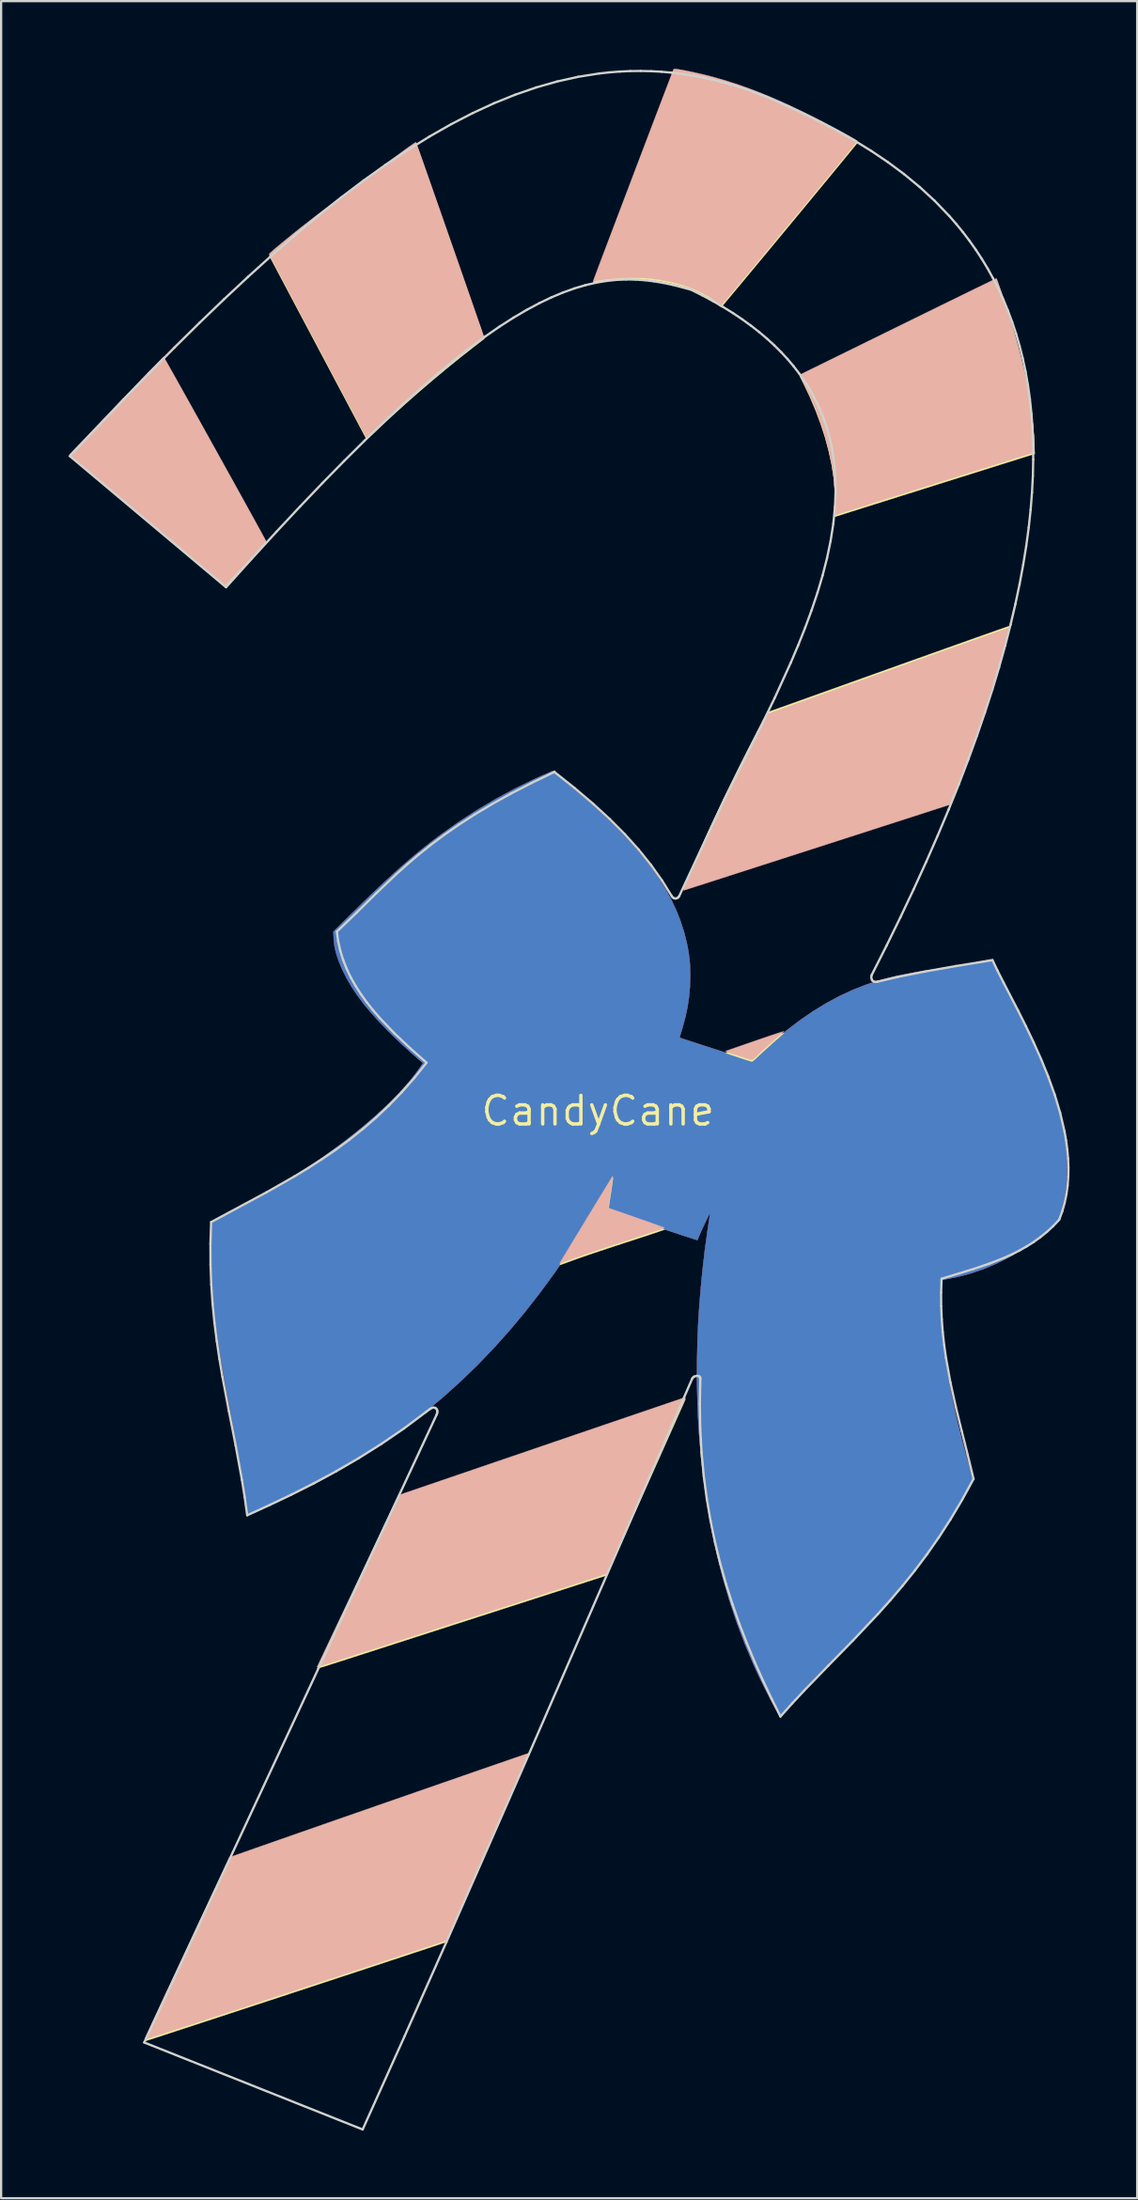
<source format=kicad_pcb>
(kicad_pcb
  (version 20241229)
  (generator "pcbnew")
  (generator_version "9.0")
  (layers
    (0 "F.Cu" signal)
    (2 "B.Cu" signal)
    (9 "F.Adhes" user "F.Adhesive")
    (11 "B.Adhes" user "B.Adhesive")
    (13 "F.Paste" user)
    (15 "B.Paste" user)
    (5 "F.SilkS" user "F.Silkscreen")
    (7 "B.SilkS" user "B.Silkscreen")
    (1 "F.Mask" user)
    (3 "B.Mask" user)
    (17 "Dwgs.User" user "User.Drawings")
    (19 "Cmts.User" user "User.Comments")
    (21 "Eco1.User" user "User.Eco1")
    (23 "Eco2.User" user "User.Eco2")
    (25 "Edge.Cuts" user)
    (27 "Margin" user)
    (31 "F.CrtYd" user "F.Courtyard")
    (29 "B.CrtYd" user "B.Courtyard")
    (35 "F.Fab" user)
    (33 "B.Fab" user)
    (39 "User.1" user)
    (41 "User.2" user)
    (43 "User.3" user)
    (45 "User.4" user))
  (footprint "CandyCane"
    (layer "F.Cu")
    (at 23.468 46.214)
    (property "Reference" "CandyCane" (at 0 0 0) (layer "F.SilkS") (effects (font (size 1.27 1.27) (thickness 0.15))))
    (attr through_hole)
    (fp_poly (pts (xy -1.656 -14.781) (xy -1.346 -14.525) (xy -1.064 -14.288) (xy -0.805 -14.068) (xy -0.562 -13.858) (xy -0.331 -13.654) (xy -0.105 -13.45) (xy 0.12 -13.243) (xy 0.169 -13.198) (xy 0.692 -12.697) (xy 1.174 -12.204) (xy 1.617 -11.719) (xy 2.02 -11.239) (xy 2.386 -10.763) (xy 2.714 -10.291) (xy 3.005 -9.82) (xy 3.261 -9.35) (xy 3.481 -8.88) (xy 3.667 -8.408) (xy 3.82 -7.933) (xy 3.94 -7.454) (xy 3.987 -7.218) (xy 4.025 -6.995) (xy 4.053 -6.789) (xy 4.073 -6.587) (xy 4.086 -6.376) (xy 4.092 -6.145) (xy 4.093 -5.969) (xy 4.08 -5.512) (xy 4.042 -5.066) (xy 3.976 -4.624) (xy 3.882 -4.176) (xy 3.758 -3.712) (xy 3.702 -3.527) (xy 3.672 -3.427) (xy 3.647 -3.342) (xy 3.631 -3.279) (xy 3.626 -3.248) (xy 3.626 -3.246) (xy 3.648 -3.238) (xy 3.706 -3.218) (xy 3.799 -3.187) (xy 3.922 -3.146) (xy 4.074 -3.097) (xy 4.251 -3.039) (xy 4.45 -2.974) (xy 4.668 -2.903) (xy 4.902 -2.827) (xy 5.149 -2.748) (xy 5.24 -2.718) (xy 6.845 -2.2) (xy 6.931 -2.281) (xy 6.977 -2.324) (xy 7.045 -2.389) (xy 7.129 -2.469) (xy 7.22 -2.555) (xy 7.261 -2.594) (xy 7.83 -3.114) (xy 8.4 -3.591) (xy 8.973 -4.028) (xy 9.548 -4.422) (xy 10.126 -4.776) (xy 10.708 -5.088) (xy 11.293 -5.36) (xy 11.84 -5.576) (xy 12.093 -5.664) (xy 12.347 -5.746) (xy 12.607 -5.823) (xy 12.878 -5.894) (xy 13.163 -5.963) (xy 13.468 -6.029) (xy 13.796 -6.093) (xy 14.153 -6.157) (xy 14.542 -6.222) (xy 14.968 -6.288) (xy 15.028 -6.297) (xy 15.391 -6.352) (xy 15.733 -6.406) (xy 16.052 -6.458) (xy 16.345 -6.508) (xy 16.611 -6.554) (xy 16.846 -6.598) (xy 17.047 -6.638) (xy 17.214 -6.673) (xy 17.342 -6.705) (xy 17.402 -6.722) (xy 17.412 -6.717) (xy 17.429 -6.696) (xy 17.454 -6.659) (xy 17.488 -6.601) (xy 17.533 -6.522) (xy 17.588 -6.419) (xy 17.657 -6.29) (xy 17.739 -6.133) (xy 17.836 -5.945) (xy 17.948 -5.726) (xy 18.078 -5.472) (xy 18.178 -5.276) (xy 18.302 -5.031) (xy 18.426 -4.787) (xy 18.547 -4.547) (xy 18.663 -4.317) (xy 18.772 -4.099) (xy 18.873 -3.899) (xy 18.962 -3.72) (xy 19.037 -3.567) (xy 19.098 -3.444) (xy 19.135 -3.365) (xy 19.395 -2.808) (xy 19.63 -2.28) (xy 19.839 -1.779) (xy 20.026 -1.3) (xy 20.19 -0.841) (xy 20.333 -0.398) (xy 20.456 0.033) (xy 20.56 0.453) (xy 20.645 0.868) (xy 20.714 1.28) (xy 20.758 1.604) (xy 20.773 1.773) (xy 20.785 1.972) (xy 20.793 2.193) (xy 20.796 2.425) (xy 20.795 2.66) (xy 20.791 2.888) (xy 20.782 3.099) (xy 20.769 3.285) (xy 20.757 3.397) (xy 20.707 3.737) (xy 20.64 4.083) (xy 20.563 4.418) (xy 20.513 4.602) (xy 20.428 4.897) (xy 20.29 5.021) (xy 19.787 5.45) (xy 19.27 5.842) (xy 18.742 6.195) (xy 18.204 6.508) (xy 17.655 6.782) (xy 17.098 7.016) (xy 16.533 7.209) (xy 15.961 7.361) (xy 15.499 7.453) (xy 15.219 7.501) (xy 15.219 8.137) (xy 15.23 8.792) (xy 15.262 9.455) (xy 15.317 10.129) (xy 15.394 10.816) (xy 15.493 11.518) (xy 15.616 12.239) (xy 15.763 12.982) (xy 15.934 13.748) (xy 16.13 14.54) (xy 16.351 15.362) (xy 16.502 15.893) (xy 16.639 16.366) (xy 16.403 16.792) (xy 15.928 17.621) (xy 15.443 18.412) (xy 14.944 19.171) (xy 14.428 19.9) (xy 13.893 20.605) (xy 13.334 21.291) (xy 12.75 21.96) (xy 12.289 22.458) (xy 12.227 22.522) (xy 12.138 22.613) (xy 12.025 22.728) (xy 11.891 22.864) (xy 11.74 23.017) (xy 11.573 23.185) (xy 11.394 23.364) (xy 11.207 23.552) (xy 11.013 23.746) (xy 10.817 23.942) (xy 10.787 23.971) (xy 10.469 24.289) (xy 10.179 24.581) (xy 9.914 24.85) (xy 9.673 25.097) (xy 9.452 25.326) (xy 9.25 25.54) (xy 9.063 25.741) (xy 8.888 25.932) (xy 8.725 26.116) (xy 8.569 26.295) (xy 8.418 26.472) (xy 8.27 26.65) (xy 8.224 26.707) (xy 8.169 26.774) (xy 8.125 26.826) (xy 8.098 26.856) (xy 8.093 26.86) (xy 8.078 26.845) (xy 8.057 26.813) (xy 7.956 26.646) (xy 7.842 26.445) (xy 7.717 26.217) (xy 7.586 25.967) (xy 7.45 25.702) (xy 7.312 25.427) (xy 7.176 25.148) (xy 7.045 24.871) (xy 6.922 24.601) (xy 6.899 24.55) (xy 6.51 23.629) (xy 6.153 22.681) (xy 5.829 21.707) (xy 5.537 20.707) (xy 5.278 19.682) (xy 5.051 18.632) (xy 4.857 17.558) (xy 4.696 16.46) (xy 4.569 15.34) (xy 4.478 14.245) (xy 4.435 13.491) (xy 4.407 12.708) (xy 4.394 11.907) (xy 4.396 11.097) (xy 4.412 10.291) (xy 4.444 9.497) (xy 4.478 8.911) (xy 4.548 7.995) (xy 4.636 7.078) (xy 4.741 6.172) (xy 4.862 5.288) (xy 4.913 4.956) (xy 4.932 4.83) (xy 4.948 4.718) (xy 4.96 4.628) (xy 4.967 4.566) (xy 4.968 4.538) (xy 4.968 4.538) (xy 4.957 4.553) (xy 4.931 4.601) (xy 4.893 4.676) (xy 4.846 4.772) (xy 4.792 4.883) (xy 4.735 5.004) (xy 4.676 5.128) (xy 4.62 5.25) (xy 4.568 5.363) (xy 4.524 5.463) (xy 4.489 5.543) (xy 4.475 5.577) (xy 4.447 5.649) (xy 4.424 5.704) (xy 4.413 5.731) (xy 4.412 5.732) (xy 4.392 5.727) (xy 4.334 5.709) (xy 4.241 5.679) (xy 4.117 5.639) (xy 3.963 5.589) (xy 3.782 5.53) (xy 3.578 5.463) (xy 3.352 5.388) (xy 3.108 5.308) (xy 2.848 5.222) (xy 2.574 5.132) (xy 2.414 5.079) (xy 0.66 4.498) (xy 4.974 4.498) (xy 4.985 4.508) (xy 4.995 4.498) (xy 4.985 4.487) (xy 4.974 4.498) (xy 0.66 4.498) (xy 0.421 4.418) (xy 0.432 4.342) (xy 0.439 4.301) (xy 0.451 4.225) (xy 0.468 4.119) (xy 0.489 3.991) (xy 0.512 3.845) (xy 0.537 3.689) (xy 0.539 3.676) (xy 0.564 3.523) (xy 0.586 3.384) (xy 0.606 3.264) (xy 0.621 3.169) (xy 0.63 3.103) (xy 0.635 3.074) (xy 0.635 3.073) (xy 0.625 3.083) (xy 0.6 3.124) (xy 0.565 3.186) (xy 0.547 3.217) (xy -0.045 4.262) (xy -0.651 5.267) (xy -1.272 6.234) (xy -1.907 7.163) (xy -2.559 8.054) (xy -3.226 8.909) (xy -3.911 9.729) (xy -4.613 10.514) (xy -5.334 11.265) (xy -6.074 11.982) (xy -6.834 12.667) (xy -7.614 13.32) (xy -8.415 13.943) (xy -8.89 14.291) (xy -9.682 14.837) (xy -10.502 15.364) (xy -11.352 15.87) (xy -12.233 16.359) (xy -13.148 16.831) (xy -14.1 17.287) (xy -15.042 17.708) (xy -15.179 17.767) (xy -15.302 17.82) (xy -15.408 17.865) (xy -15.49 17.899) (xy -15.544 17.921) (xy -15.563 17.928) (xy -15.57 17.909) (xy -15.579 17.858) (xy -15.588 17.787) (xy -15.588 17.785) (xy -15.622 17.481) (xy -15.666 17.138) (xy -15.719 16.756) (xy -15.782 16.336) (xy -15.854 15.877) (xy -15.937 15.378) (xy -16.029 14.839) (xy -16.132 14.26) (xy -16.244 13.64) (xy -16.36 13.013) (xy -16.457 12.491) (xy -16.546 12.007) (xy -16.626 11.558) (xy -16.699 11.141) (xy -16.765 10.752) (xy -16.824 10.389) (xy -16.876 10.049) (xy -16.923 9.727) (xy -16.963 9.422) (xy -16.999 9.129) (xy -17.03 8.846) (xy -17.057 8.57) (xy -17.08 8.297) (xy -17.1 8.024) (xy -17.117 7.748) (xy -17.13 7.465) (xy -17.142 7.173) (xy -17.146 7.074) (xy -17.15 6.912) (xy -17.153 6.731) (xy -17.154 6.535) (xy -17.154 6.329) (xy -17.152 6.119) (xy -17.149 5.91) (xy -17.145 5.708) (xy -17.141 5.517) (xy -17.135 5.344) (xy -17.128 5.193) (xy -17.121 5.069) (xy -17.113 4.978) (xy -17.106 4.935) (xy -17.1 4.91) (xy -17.089 4.889) (xy -17.067 4.868) (xy -17.031 4.843) (xy -16.974 4.813) (xy -16.892 4.773) (xy -16.78 4.721) (xy -16.689 4.679) (xy -16.174 4.435) (xy -15.637 4.161) (xy -15.083 3.861) (xy -14.518 3.538) (xy -13.946 3.196) (xy -13.374 2.838) (xy -12.806 2.467) (xy -12.247 2.086) (xy -11.704 1.699) (xy -11.261 1.369) (xy -10.8 1.01) (xy -10.358 0.649) (xy -9.938 0.287) (xy -9.542 -0.073) (xy -9.173 -0.428) (xy -8.832 -0.777) (xy -8.522 -1.117) (xy -8.245 -1.446) (xy -8.004 -1.763) (xy -7.899 -1.913) (xy -7.758 -2.121) (xy -7.873 -2.22) (xy -8.283 -2.575) (xy -8.68 -2.936) (xy -9.061 -3.298) (xy -9.42 -3.658) (xy -9.756 -4.01) (xy -10.063 -4.353) (xy -10.338 -4.68) (xy -10.428 -4.794) (xy -10.695 -5.155) (xy -10.936 -5.52) (xy -11.149 -5.887) (xy -11.332 -6.25) (xy -11.483 -6.606) (xy -11.6 -6.951) (xy -11.664 -7.201) (xy -11.683 -7.304) (xy -11.7 -7.431) (xy -11.713 -7.566) (xy -11.72 -7.673) (xy -11.732 -7.948) (xy -10.898 -8.774) (xy -10.478 -9.186) (xy -10.084 -9.568) (xy -9.711 -9.924) (xy -9.356 -10.256) (xy -9.016 -10.566) (xy -8.689 -10.858) (xy -8.372 -11.133) (xy -8.06 -11.395) (xy -7.752 -11.646) (xy -7.445 -11.889) (xy -7.134 -12.127) (xy -6.985 -12.239) (xy -6.195 -12.8) (xy -5.377 -13.332) (xy -4.535 -13.831) (xy -3.674 -14.296) (xy -2.797 -14.723) (xy -2.45 -14.879) (xy -2.011 -15.073) (xy -1.656 -14.781)) (stroke (width 0.01) (type solid)) (fill yes) (layer "F.Cu"))
    (fp_poly (pts (xy 6.615 -1.957) (xy 6.608 -1.894) (xy 6.602 -1.856) (xy 6.59 -1.783) (xy 6.572 -1.681) (xy 6.55 -1.558) (xy 6.525 -1.419) (xy 6.506 -1.312) (xy 6.339 -0.466) (xy 6.156 0.342) (xy 5.955 1.111) (xy 5.737 1.843) (xy 5.502 2.536) (xy 5.328 2.997) (xy 5.255 3.179) (xy 5.184 3.351) (xy 5.113 3.52) (xy 5.038 3.692) (xy 4.956 3.874) (xy 4.864 4.073) (xy 4.759 4.296) (xy 4.638 4.549) (xy 4.631 4.564) (xy 4.558 4.717) (xy 4.488 4.863) (xy 4.425 4.997) (xy 4.371 5.112) (xy 4.329 5.203) (xy 4.301 5.264) (xy 4.296 5.275) (xy 4.262 5.343) (xy 4.231 5.386) (xy 4.212 5.397) (xy 4.188 5.39) (xy 4.126 5.371) (xy 4.03 5.341) (xy 3.903 5.3) (xy 3.748 5.25) (xy 3.567 5.191) (xy 3.364 5.124) (xy 3.142 5.051) (xy 2.903 4.972) (xy 2.651 4.888) (xy 2.455 4.823) (xy 2.196 4.737) (xy 1.947 4.654) (xy 1.714 4.576) (xy 1.497 4.503) (xy 1.301 4.437) (xy 1.129 4.379) (xy 0.982 4.329) (xy 0.865 4.289) (xy 0.78 4.259) (xy 0.73 4.241) (xy 0.717 4.236) (xy 0.716 4.211) (xy 0.722 4.148) (xy 0.735 4.052) (xy 0.753 3.927) (xy 0.778 3.777) (xy 0.806 3.606) (xy 0.838 3.418) (xy 0.874 3.217) (xy 0.912 3.008) (xy 0.951 2.794) (xy 0.991 2.58) (xy 1.031 2.37) (xy 1.071 2.168) (xy 1.109 1.978) (xy 1.145 1.804) (xy 1.167 1.704) (xy 1.304 1.111) (xy 1.447 0.557) (xy 1.597 0.041) (xy 1.753 -0.435) (xy 1.915 -0.873) (xy 2.083 -1.27) (xy 2.257 -1.628) (xy 2.436 -1.946) (xy 2.62 -2.223) (xy 2.81 -2.459) (xy 3.005 -2.654) (xy 3.205 -2.807) (xy 3.39 -2.91) (xy 3.505 -2.962) (xy 6.615 -1.957)) (stroke (width 0.01) (type solid)) (fill yes) (layer "F.Mask"))
    (fp_poly (pts (xy -1.879 -14.57) (xy -1.829 -14.532) (xy -1.754 -14.473) (xy -1.659 -14.395) (xy -1.546 -14.301) (xy -1.419 -14.195) (xy -1.282 -14.079) (xy -1.139 -13.958) (xy -0.993 -13.833) (xy -0.849 -13.708) (xy -0.708 -13.585) (xy -0.678 -13.559) (xy -0.129 -13.065) (xy 0.381 -12.582) (xy 0.852 -12.108) (xy 1.284 -11.643) (xy 1.68 -11.184) (xy 2.039 -10.732) (xy 2.363 -10.284) (xy 2.651 -9.84) (xy 2.906 -9.397) (xy 3.128 -8.955) (xy 3.317 -8.512) (xy 3.475 -8.067) (xy 3.602 -7.619) (xy 3.7 -7.166) (xy 3.768 -6.707) (xy 3.788 -6.519) (xy 3.809 -6.111) (xy 3.803 -5.68) (xy 3.769 -5.234) (xy 3.71 -4.784) (xy 3.625 -4.336) (xy 3.516 -3.899) (xy 3.43 -3.618) (xy 3.344 -3.355) (xy 3.193 -3.282) (xy 2.967 -3.152) (xy 2.746 -2.98) (xy 2.532 -2.768) (xy 2.324 -2.518) (xy 2.125 -2.23) (xy 1.935 -1.905) (xy 1.82 -1.683) (xy 1.761 -1.558) (xy 1.696 -1.413) (xy 1.628 -1.256) (xy 1.561 -1.097) (xy 1.5 -0.946) (xy 1.448 -0.811) (xy 1.408 -0.701) (xy 1.397 -0.667) (xy 1.378 -0.611) (xy 1.361 -0.573) (xy 1.357 -0.568) (xy 1.338 -0.575) (xy 1.301 -0.607) (xy 1.268 -0.642) (xy 1.231 -0.686) (xy 1.173 -0.757) (xy 1.1 -0.847) (xy 1.017 -0.949) (xy 0.931 -1.057) (xy 0.929 -1.058) (xy 0.432 -1.711) (xy -0.025 -2.376) (xy -0.442 -3.054) (xy -0.818 -3.744) (xy -1.154 -4.446) (xy -1.449 -5.161) (xy -1.704 -5.888) (xy -1.918 -6.627) (xy -2.092 -7.379) (xy -2.104 -7.44) (xy -2.227 -8.164) (xy -2.314 -8.909) (xy -2.365 -9.673) (xy -2.38 -10.454) (xy -2.358 -11.251) (xy -2.301 -12.063) (xy -2.208 -12.888) (xy -2.078 -13.725) (xy -2.042 -13.928) (xy -2.008 -14.11) (xy -1.981 -14.255) (xy -1.96 -14.367) (xy -1.943 -14.451) (xy -1.931 -14.509) (xy -1.922 -14.548) (xy -1.914 -14.57) (xy -1.908 -14.581) (xy -1.903 -14.584) (xy -1.901 -14.584) (xy -1.879 -14.57)) (stroke (width 0.01) (type solid)) (fill yes) (layer "F.Mask"))
    (fp_poly (pts (xy -2.341 -14.58) (xy -2.349 -14.524) (xy -2.362 -14.443) (xy -2.381 -14.344) (xy -2.383 -14.33) (xy -2.537 -13.451) (xy -2.654 -12.593) (xy -2.734 -11.755) (xy -2.778 -10.935) (xy -2.785 -10.133) (xy -2.755 -9.348) (xy -2.689 -8.579) (xy -2.585 -7.826) (xy -2.445 -7.087) (xy -2.268 -6.361) (xy -2.054 -5.648) (xy -1.902 -5.212) (xy -1.621 -4.503) (xy -1.3 -3.801) (xy -0.939 -3.109) (xy -0.54 -2.429) (xy -0.104 -1.762) (xy 0.367 -1.112) (xy 0.872 -0.48) (xy 1.03 -0.294) (xy 1.205 -0.091) (xy 1.131 0.161) (xy 1.057 0.426) (xy 0.978 0.728) (xy 0.896 1.061) (xy 0.812 1.422) (xy 0.728 1.806) (xy 0.644 2.206) (xy 0.614 2.355) (xy 0.597 2.421) (xy 0.578 2.464) (xy 0.565 2.474) (xy 0.532 2.466) (xy 0.475 2.447) (xy 0.423 2.429) (xy 0.365 2.407) (xy 0.277 2.374) (xy 0.166 2.333) (xy 0.043 2.288) (xy -0.064 2.248) (xy -0.619 2.029) (xy -1.194 1.776) (xy -1.79 1.488) (xy -2.408 1.166) (xy -3.046 0.81) (xy -3.707 0.418) (xy -4.39 -0.009) (xy -4.847 -0.306) (xy -5.497 -0.743) (xy -6.109 -1.172) (xy -6.685 -1.596) (xy -7.228 -2.016) (xy -7.741 -2.435) (xy -8.226 -2.855) (xy -8.687 -3.278) (xy -9.092 -3.671) (xy -9.454 -4.044) (xy -9.78 -4.4) (xy -10.074 -4.744) (xy -10.336 -5.078) (xy -10.571 -5.406) (xy -10.779 -5.73) (xy -10.963 -6.054) (xy -11.048 -6.219) (xy -11.182 -6.504) (xy -11.287 -6.773) (xy -11.368 -7.036) (xy -11.428 -7.305) (xy -11.47 -7.591) (xy -11.481 -7.696) (xy -11.491 -7.803) (xy -11.021 -8.268) (xy -10.698 -8.586) (xy -10.402 -8.877) (xy -10.129 -9.143) (xy -9.877 -9.387) (xy -9.642 -9.611) (xy -9.423 -9.818) (xy -9.215 -10.012) (xy -9.016 -10.195) (xy -8.823 -10.369) (xy -8.672 -10.503) (xy -8.01 -11.072) (xy -7.354 -11.603) (xy -6.699 -12.1) (xy -6.04 -12.565) (xy -5.374 -13.001) (xy -4.694 -13.412) (xy -3.998 -13.801) (xy -3.355 -14.134) (xy -3.171 -14.225) (xy -2.996 -14.31) (xy -2.834 -14.388) (xy -2.688 -14.456) (xy -2.563 -14.514) (xy -2.462 -14.559) (xy -2.389 -14.589) (xy -2.348 -14.603) (xy -2.341 -14.603) (xy -2.341 -14.58)) (stroke (width 0.01) (type solid)) (fill yes) (layer "F.Mask"))
    (fp_poly (pts (xy 16.781 -6.277) (xy 16.769 -6.26) (xy 16.731 -6.214) (xy 16.669 -6.142) (xy 16.586 -6.048) (xy 16.485 -5.933) (xy 16.366 -5.801) (xy 16.234 -5.655) (xy 16.09 -5.496) (xy 15.937 -5.328) (xy 15.778 -5.154) (xy 15.614 -4.975) (xy 15.449 -4.796) (xy 15.285 -4.618) (xy 15.124 -4.445) (xy 15.114 -4.435) (xy 14.986 -4.298) (xy 14.835 -4.141) (xy 14.666 -3.965) (xy 14.481 -3.776) (xy 14.284 -3.576) (xy 14.08 -3.369) (xy 13.871 -3.159) (xy 13.661 -2.949) (xy 13.455 -2.744) (xy 13.254 -2.546) (xy 13.065 -2.359) (xy 12.888 -2.187) (xy 12.73 -2.034) (xy 12.592 -1.903) (xy 12.48 -1.798) (xy 12.453 -1.774) (xy 12.023 -1.391) (xy 11.614 -1.042) (xy 11.226 -0.725) (xy 10.856 -0.441) (xy 10.504 -0.187) (xy 10.167 0.037) (xy 9.844 0.232) (xy 9.533 0.399) (xy 9.233 0.54) (xy 8.942 0.656) (xy 8.658 0.747) (xy 8.562 0.773) (xy 8.419 0.808) (xy 8.28 0.837) (xy 8.139 0.863) (xy 7.987 0.886) (xy 7.818 0.907) (xy 7.623 0.927) (xy 7.395 0.948) (xy 7.334 0.953) (xy 7.178 0.967) (xy 7.024 0.982) (xy 6.88 0.997) (xy 6.756 1.011) (xy 6.662 1.023) (xy 6.631 1.027) (xy 6.543 1.041) (xy 6.472 1.051) (xy 6.427 1.057) (xy 6.417 1.058) (xy 6.417 1.039) (xy 6.426 0.983) (xy 6.444 0.898) (xy 6.468 0.787) (xy 6.498 0.656) (xy 6.533 0.513) (xy 6.609 0.194) (xy 6.687 -0.149) (xy 6.763 -0.503) (xy 6.834 -0.856) (xy 6.9 -1.195) (xy 6.956 -1.509) (xy 6.965 -1.566) (xy 7.034 -1.979) (xy 7.152 -2.103) (xy 7.223 -2.174) (xy 7.32 -2.267) (xy 7.435 -2.376) (xy 7.565 -2.497) (xy 7.701 -2.622) (xy 7.838 -2.746) (xy 7.969 -2.863) (xy 8.089 -2.968) (xy 8.16 -3.03) (xy 8.682 -3.456) (xy 9.199 -3.844) (xy 9.712 -4.193) (xy 10.226 -4.507) (xy 10.743 -4.786) (xy 11.266 -5.033) (xy 11.799 -5.249) (xy 12.134 -5.368) (xy 12.4 -5.454) (xy 12.663 -5.533) (xy 12.929 -5.606) (xy 13.205 -5.673) (xy 13.497 -5.737) (xy 13.809 -5.799) (xy 14.149 -5.86) (xy 14.521 -5.921) (xy 14.753 -5.957) (xy 15.05 -6.002) (xy 15.309 -6.042) (xy 15.533 -6.076) (xy 15.725 -6.106) (xy 15.889 -6.131) (xy 16.029 -6.153) (xy 16.147 -6.172) (xy 16.248 -6.189) (xy 16.335 -6.203) (xy 16.411 -6.217) (xy 16.48 -6.229) (xy 16.51 -6.234) (xy 16.61 -6.252) (xy 16.694 -6.266) (xy 16.753 -6.275) (xy 16.78 -6.277) (xy 16.781 -6.277)) (stroke (width 0.01) (type solid)) (fill yes) (layer "F.Mask"))
    (fp_poly (pts (xy 17.395 -6.167) (xy 17.413 -6.13) (xy 17.45 -6.058) (xy 17.501 -5.957) (xy 17.566 -5.828) (xy 17.643 -5.677) (xy 17.73 -5.505) (xy 17.826 -5.318) (xy 17.927 -5.118) (xy 18.033 -4.911) (xy 18.255 -4.472) (xy 18.458 -4.067) (xy 18.644 -3.693) (xy 18.813 -3.347) (xy 18.967 -3.026) (xy 19.108 -2.728) (xy 19.236 -2.448) (xy 19.353 -2.185) (xy 19.461 -1.934) (xy 19.56 -1.694) (xy 19.652 -1.46) (xy 19.739 -1.231) (xy 19.822 -1.002) (xy 19.901 -0.772) (xy 19.929 -0.688) (xy 20.072 -0.244) (xy 20.191 0.173) (xy 20.29 0.568) (xy 20.368 0.949) (xy 20.427 1.322) (xy 20.469 1.694) (xy 20.495 2.073) (xy 20.504 2.331) (xy 20.504 2.767) (xy 20.485 3.176) (xy 20.443 3.567) (xy 20.379 3.95) (xy 20.291 4.335) (xy 20.213 4.618) (xy 20.171 4.759) (xy 19.87 5.017) (xy 19.361 5.43) (xy 18.845 5.8) (xy 18.32 6.13) (xy 17.787 6.419) (xy 17.243 6.667) (xy 16.689 6.875) (xy 16.124 7.043) (xy 15.547 7.172) (xy 14.958 7.261) (xy 14.87 7.271) (xy 14.749 7.282) (xy 14.599 7.291) (xy 14.428 7.3) (xy 14.246 7.306) (xy 14.063 7.312) (xy 13.887 7.315) (xy 13.728 7.315) (xy 13.596 7.313) (xy 13.525 7.311) (xy 12.924 7.258) (xy 12.32 7.171) (xy 11.712 7.049) (xy 11.1 6.892) (xy 10.483 6.699) (xy 9.858 6.47) (xy 9.225 6.205) (xy 8.583 5.902) (xy 7.93 5.561) (xy 7.264 5.183) (xy 6.586 4.765) (xy 6.085 4.439) (xy 5.895 4.311) (xy 5.732 4.201) (xy 5.598 4.109) (xy 5.495 4.036) (xy 5.424 3.985) (xy 5.392 3.959) (xy 5.393 3.935) (xy 5.41 3.881) (xy 5.438 3.806) (xy 5.469 3.733) (xy 5.614 3.393) (xy 5.761 3.018) (xy 5.909 2.616) (xy 6.054 2.193) (xy 6.16 1.869) (xy 6.268 1.527) (xy 6.376 1.504) (xy 6.513 1.477) (xy 6.665 1.453) (xy 6.837 1.43) (xy 7.038 1.408) (xy 7.271 1.385) (xy 7.377 1.376) (xy 7.619 1.355) (xy 7.826 1.334) (xy 8.005 1.313) (xy 8.163 1.291) (xy 8.307 1.267) (xy 8.444 1.239) (xy 8.581 1.208) (xy 8.625 1.197) (xy 8.921 1.112) (xy 9.213 1.009) (xy 9.506 0.884) (xy 9.806 0.735) (xy 10.12 0.558) (xy 10.454 0.351) (xy 10.499 0.322) (xy 10.841 0.089) (xy 11.201 -0.175) (xy 11.579 -0.47) (xy 11.975 -0.798) (xy 12.389 -1.157) (xy 12.823 -1.55) (xy 13.275 -1.975) (xy 13.748 -2.434) (xy 14.241 -2.927) (xy 14.754 -3.454) (xy 15.289 -4.015) (xy 15.844 -4.612) (xy 16.422 -5.243) (xy 16.834 -5.701) (xy 17.343 -6.269) (xy 17.395 -6.167)) (stroke (width 0.01) (type solid)) (fill yes) (layer "F.Mask"))
    (fp_poly (pts (xy 5.28 4.415) (xy 5.326 4.446) (xy 5.396 4.494) (xy 5.483 4.556) (xy 5.571 4.619) (xy 6.206 5.069) (xy 6.823 5.483) (xy 7.424 5.859) (xy 8.012 6.201) (xy 8.586 6.508) (xy 9.151 6.78) (xy 9.706 7.019) (xy 10.254 7.226) (xy 10.796 7.4) (xy 11.334 7.543) (xy 11.871 7.656) (xy 12.406 7.739) (xy 12.943 7.792) (xy 13.23 7.809) (xy 13.465 7.816) (xy 13.719 7.817) (xy 13.979 7.812) (xy 14.233 7.802) (xy 14.468 7.787) (xy 14.659 7.769) (xy 14.747 7.759) (xy 14.822 7.752) (xy 14.872 7.748) (xy 14.882 7.747) (xy 14.892 7.751) (xy 14.899 7.765) (xy 14.906 7.794) (xy 14.911 7.842) (xy 14.916 7.913) (xy 14.919 8.011) (xy 14.923 8.141) (xy 14.927 8.306) (xy 14.929 8.419) (xy 14.939 8.801) (xy 14.953 9.155) (xy 14.972 9.495) (xy 14.998 9.83) (xy 15.03 10.174) (xy 15.07 10.536) (xy 15.113 10.89) (xy 15.227 11.675) (xy 15.369 12.487) (xy 15.539 13.324) (xy 15.738 14.183) (xy 15.963 15.062) (xy 16.215 15.957) (xy 16.225 15.994) (xy 16.258 16.105) (xy 16.285 16.202) (xy 16.306 16.279) (xy 16.318 16.327) (xy 16.32 16.338) (xy 16.309 16.363) (xy 16.281 16.419) (xy 16.238 16.502) (xy 16.182 16.604) (xy 16.117 16.722) (xy 16.072 16.802) (xy 15.695 17.457) (xy 15.32 18.076) (xy 14.944 18.664) (xy 14.565 19.227) (xy 14.178 19.769) (xy 13.779 20.298) (xy 13.536 20.606) (xy 13.405 20.768) (xy 13.28 20.921) (xy 13.159 21.068) (xy 13.038 21.211) (xy 12.915 21.354) (xy 12.789 21.497) (xy 12.656 21.645) (xy 12.515 21.799) (xy 12.364 21.961) (xy 12.199 22.135) (xy 12.019 22.323) (xy 11.822 22.527) (xy 11.604 22.749) (xy 11.364 22.993) (xy 11.1 23.261) (xy 10.808 23.555) (xy 10.679 23.686) (xy 10.4 23.966) (xy 10.149 24.22) (xy 9.923 24.448) (xy 9.72 24.654) (xy 9.538 24.84) (xy 9.375 25.007) (xy 9.228 25.159) (xy 9.095 25.299) (xy 8.974 25.427) (xy 8.862 25.547) (xy 8.757 25.662) (xy 8.657 25.772) (xy 8.559 25.882) (xy 8.462 25.993) (xy 8.362 26.108) (xy 8.352 26.12) (xy 8.275 26.208) (xy 8.207 26.285) (xy 8.154 26.345) (xy 8.119 26.381) (xy 8.109 26.39) (xy 8.095 26.374) (xy 8.065 26.325) (xy 8.02 26.249) (xy 7.964 26.151) (xy 7.901 26.035) (xy 7.852 25.945) (xy 7.422 25.101) (xy 7.022 24.228) (xy 6.652 23.327) (xy 6.313 22.4) (xy 6.005 21.447) (xy 5.727 20.47) (xy 5.481 19.469) (xy 5.266 18.447) (xy 5.083 17.403) (xy 4.931 16.338) (xy 4.811 15.255) (xy 4.723 14.154) (xy 4.667 13.036) (xy 4.643 11.902) (xy 4.652 10.753) (xy 4.693 9.59) (xy 4.767 8.415) (xy 4.874 7.228) (xy 4.913 6.869) (xy 4.932 6.702) (xy 4.954 6.517) (xy 4.979 6.318) (xy 5.006 6.11) (xy 5.034 5.897) (xy 5.063 5.682) (xy 5.093 5.471) (xy 5.121 5.268) (xy 5.149 5.076) (xy 5.175 4.9) (xy 5.199 4.744) (xy 5.22 4.613) (xy 5.238 4.51) (xy 5.251 4.44) (xy 5.26 4.407) (xy 5.261 4.406) (xy 5.28 4.415)) (stroke (width 0.01) (type solid)) (fill yes) (layer "F.Mask"))
    (fp_poly (pts (xy -7.611 -1.747) (xy -7.559 -1.709) (xy -7.482 -1.652) (xy -7.385 -1.58) (xy -7.271 -1.495) (xy -7.146 -1.402) (xy -7.112 -1.376) (xy -6.567 -0.972) (xy -6.049 -0.597) (xy -5.552 -0.247) (xy -5.075 0.078) (xy -4.614 0.382) (xy -4.164 0.667) (xy -3.723 0.935) (xy -3.287 1.188) (xy -2.852 1.428) (xy -2.416 1.657) (xy -2.24 1.747) (xy -1.912 1.908) (xy -1.572 2.069) (xy -1.226 2.225) (xy -0.882 2.374) (xy -0.547 2.513) (xy -0.228 2.639) (xy 0.068 2.748) (xy 0.291 2.825) (xy 0.352 2.847) (xy 0.392 2.865) (xy 0.402 2.873) (xy 0.392 2.9) (xy 0.362 2.96) (xy 0.316 3.048) (xy 0.255 3.16) (xy 0.181 3.293) (xy 0.098 3.442) (xy 0.006 3.604) (xy -0.091 3.775) (xy -0.191 3.95) (xy -0.293 4.125) (xy -0.394 4.297) (xy -0.491 4.461) (xy -0.525 4.519) (xy -1.116 5.477) (xy -1.719 6.397) (xy -2.337 7.282) (xy -2.972 8.134) (xy -3.627 8.957) (xy -4.303 9.753) (xy -4.665 10.16) (xy -4.79 10.295) (xy -4.939 10.453) (xy -5.109 10.629) (xy -5.293 10.817) (xy -5.486 11.012) (xy -5.683 11.209) (xy -5.878 11.402) (xy -6.066 11.585) (xy -6.241 11.754) (xy -6.398 11.903) (xy -6.53 12.025) (xy -7.255 12.661) (xy -7.997 13.269) (xy -8.756 13.85) (xy -9.538 14.406) (xy -10.343 14.939) (xy -11.175 15.45) (xy -12.036 15.942) (xy -12.929 16.415) (xy -13.857 16.872) (xy -14.822 17.315) (xy -14.995 17.391) (xy -15.123 17.447) (xy -15.218 17.488) (xy -15.285 17.516) (xy -15.328 17.534) (xy -15.352 17.542) (xy -15.364 17.544) (xy -15.367 17.541) (xy -15.367 17.538) (xy -15.37 17.515) (xy -15.377 17.456) (xy -15.389 17.368) (xy -15.404 17.255) (xy -15.421 17.125) (xy -15.432 17.046) (xy -15.476 16.725) (xy -15.523 16.4) (xy -15.573 16.067) (xy -15.628 15.72) (xy -15.688 15.357) (xy -15.753 14.973) (xy -15.825 14.563) (xy -15.904 14.123) (xy -15.991 13.65) (xy -16.065 13.252) (xy -16.156 12.764) (xy -16.239 12.314) (xy -16.315 11.899) (xy -16.383 11.517) (xy -16.445 11.164) (xy -16.501 10.837) (xy -16.551 10.534) (xy -16.596 10.25) (xy -16.637 9.984) (xy -16.673 9.732) (xy -16.705 9.491) (xy -16.734 9.258) (xy -16.76 9.03) (xy -16.783 8.804) (xy -16.805 8.577) (xy -16.825 8.346) (xy -16.837 8.191) (xy -16.859 7.885) (xy -16.877 7.561) (xy -16.89 7.225) (xy -16.9 6.885) (xy -16.905 6.548) (xy -16.907 6.221) (xy -16.904 5.911) (xy -16.897 5.625) (xy -16.885 5.37) (xy -16.877 5.252) (xy -16.863 5.075) (xy -16.692 4.999) (xy -16.46 4.893) (xy -16.2 4.767) (xy -15.917 4.625) (xy -15.618 4.47) (xy -15.31 4.307) (xy -14.998 4.137) (xy -14.691 3.965) (xy -14.394 3.795) (xy -14.372 3.782) (xy -13.735 3.401) (xy -13.115 3.011) (xy -12.513 2.614) (xy -11.931 2.212) (xy -11.372 1.805) (xy -10.837 1.396) (xy -10.329 0.987) (xy -9.849 0.578) (xy -9.399 0.172) (xy -8.982 -0.23) (xy -8.598 -0.626) (xy -8.252 -1.014) (xy -7.943 -1.394) (xy -7.859 -1.505) (xy -7.781 -1.608) (xy -7.716 -1.687) (xy -7.667 -1.74) (xy -7.638 -1.763) (xy -7.633 -1.763) (xy -7.611 -1.747)) (stroke (width 0.01) (type solid)) (fill yes) (layer "F.Mask"))
    (fp_poly (pts (xy -1.656 -14.781) (xy -1.346 -14.525) (xy -1.064 -14.288) (xy -0.805 -14.068) (xy -0.562 -13.858) (xy -0.331 -13.654) (xy -0.105 -13.45) (xy 0.12 -13.243) (xy 0.169 -13.198) (xy 0.692 -12.697) (xy 1.174 -12.204) (xy 1.617 -11.719) (xy 2.02 -11.239) (xy 2.386 -10.763) (xy 2.714 -10.291) (xy 3.005 -9.82) (xy 3.261 -9.35) (xy 3.481 -8.88) (xy 3.667 -8.408) (xy 3.82 -7.933) (xy 3.94 -7.454) (xy 3.987 -7.218) (xy 4.025 -6.995) (xy 4.053 -6.789) (xy 4.073 -6.587) (xy 4.086 -6.376) (xy 4.092 -6.145) (xy 4.093 -5.969) (xy 4.08 -5.512) (xy 4.042 -5.066) (xy 3.976 -4.624) (xy 3.882 -4.176) (xy 3.758 -3.712) (xy 3.702 -3.527) (xy 3.672 -3.427) (xy 3.647 -3.342) (xy 3.631 -3.279) (xy 3.626 -3.248) (xy 3.626 -3.246) (xy 3.648 -3.238) (xy 3.706 -3.218) (xy 3.799 -3.187) (xy 3.922 -3.146) (xy 4.074 -3.097) (xy 4.251 -3.039) (xy 4.45 -2.974) (xy 4.668 -2.903) (xy 4.902 -2.827) (xy 5.149 -2.748) (xy 5.24 -2.718) (xy 6.845 -2.2) (xy 6.931 -2.281) (xy 6.977 -2.324) (xy 7.045 -2.389) (xy 7.129 -2.469) (xy 7.22 -2.555) (xy 7.261 -2.594) (xy 7.83 -3.114) (xy 8.4 -3.591) (xy 8.973 -4.028) (xy 9.548 -4.422) (xy 10.126 -4.776) (xy 10.708 -5.088) (xy 11.293 -5.36) (xy 11.84 -5.576) (xy 12.093 -5.664) (xy 12.347 -5.746) (xy 12.607 -5.823) (xy 12.878 -5.894) (xy 13.163 -5.963) (xy 13.468 -6.029) (xy 13.796 -6.093) (xy 14.153 -6.157) (xy 14.542 -6.222) (xy 14.968 -6.288) (xy 15.028 -6.297) (xy 15.391 -6.352) (xy 15.733 -6.406) (xy 16.052 -6.458) (xy 16.345 -6.508) (xy 16.611 -6.554) (xy 16.846 -6.598) (xy 17.047 -6.638) (xy 17.214 -6.673) (xy 17.342 -6.705) (xy 17.402 -6.722) (xy 17.412 -6.717) (xy 17.429 -6.696) (xy 17.454 -6.659) (xy 17.488 -6.601) (xy 17.533 -6.522) (xy 17.588 -6.419) (xy 17.657 -6.29) (xy 17.739 -6.133) (xy 17.836 -5.945) (xy 17.948 -5.726) (xy 18.078 -5.472) (xy 18.178 -5.276) (xy 18.302 -5.031) (xy 18.426 -4.787) (xy 18.547 -4.547) (xy 18.663 -4.317) (xy 18.772 -4.099) (xy 18.873 -3.899) (xy 18.962 -3.72) (xy 19.037 -3.567) (xy 19.098 -3.444) (xy 19.135 -3.365) (xy 19.395 -2.808) (xy 19.63 -2.28) (xy 19.839 -1.779) (xy 20.026 -1.3) (xy 20.19 -0.841) (xy 20.333 -0.398) (xy 20.456 0.033) (xy 20.56 0.453) (xy 20.645 0.868) (xy 20.714 1.28) (xy 20.758 1.604) (xy 20.773 1.773) (xy 20.785 1.972) (xy 20.793 2.193) (xy 20.796 2.425) (xy 20.795 2.66) (xy 20.791 2.888) (xy 20.782 3.099) (xy 20.769 3.285) (xy 20.757 3.397) (xy 20.707 3.737) (xy 20.64 4.083) (xy 20.563 4.418) (xy 20.513 4.602) (xy 20.428 4.897) (xy 20.29 5.021) (xy 19.787 5.45) (xy 19.27 5.842) (xy 18.742 6.195) (xy 18.204 6.508) (xy 17.655 6.782) (xy 17.098 7.016) (xy 16.533 7.209) (xy 15.961 7.361) (xy 15.499 7.453) (xy 15.219 7.501) (xy 15.219 8.137) (xy 15.23 8.792) (xy 15.262 9.455) (xy 15.317 10.129) (xy 15.394 10.816) (xy 15.493 11.518) (xy 15.616 12.239) (xy 15.763 12.982) (xy 15.934 13.748) (xy 16.13 14.54) (xy 16.351 15.362) (xy 16.502 15.893) (xy 16.639 16.366) (xy 16.403 16.792) (xy 15.928 17.621) (xy 15.443 18.412) (xy 14.944 19.171) (xy 14.428 19.9) (xy 13.893 20.605) (xy 13.334 21.291) (xy 12.75 21.96) (xy 12.289 22.458) (xy 12.227 22.522) (xy 12.138 22.613) (xy 12.025 22.728) (xy 11.891 22.864) (xy 11.74 23.017) (xy 11.573 23.185) (xy 11.394 23.364) (xy 11.207 23.552) (xy 11.013 23.746) (xy 10.817 23.942) (xy 10.787 23.971) (xy 10.469 24.289) (xy 10.179 24.581) (xy 9.914 24.85) (xy 9.673 25.097) (xy 9.452 25.326) (xy 9.25 25.54) (xy 9.063 25.741) (xy 8.888 25.932) (xy 8.725 26.116) (xy 8.569 26.295) (xy 8.418 26.472) (xy 8.27 26.65) (xy 8.224 26.707) (xy 8.169 26.774) (xy 8.125 26.826) (xy 8.098 26.856) (xy 8.093 26.86) (xy 8.078 26.845) (xy 8.057 26.813) (xy 7.956 26.646) (xy 7.842 26.445) (xy 7.717 26.217) (xy 7.586 25.967) (xy 7.45 25.702) (xy 7.312 25.427) (xy 7.176 25.148) (xy 7.045 24.871) (xy 6.922 24.601) (xy 6.899 24.55) (xy 6.51 23.629) (xy 6.153 22.681) (xy 5.829 21.707) (xy 5.537 20.707) (xy 5.278 19.682) (xy 5.051 18.632) (xy 4.857 17.558) (xy 4.696 16.46) (xy 4.569 15.34) (xy 4.478 14.245) (xy 4.435 13.491) (xy 4.407 12.708) (xy 4.394 11.907) (xy 4.396 11.097) (xy 4.412 10.291) (xy 4.444 9.497) (xy 4.478 8.911) (xy 4.548 7.995) (xy 4.636 7.078) (xy 4.741 6.172) (xy 4.862 5.288) (xy 4.913 4.956) (xy 4.932 4.83) (xy 4.948 4.718) (xy 4.96 4.628) (xy 4.967 4.566) (xy 4.968 4.538) (xy 4.968 4.538) (xy 4.957 4.553) (xy 4.931 4.601) (xy 4.893 4.676) (xy 4.846 4.772) (xy 4.792 4.883) (xy 4.735 5.004) (xy 4.676 5.128) (xy 4.62 5.25) (xy 4.568 5.363) (xy 4.524 5.463) (xy 4.489 5.543) (xy 4.475 5.577) (xy 4.447 5.649) (xy 4.424 5.704) (xy 4.413 5.731) (xy 4.412 5.732) (xy 4.392 5.727) (xy 4.334 5.709) (xy 4.241 5.679) (xy 4.117 5.639) (xy 3.963 5.589) (xy 3.782 5.53) (xy 3.578 5.463) (xy 3.352 5.388) (xy 3.108 5.308) (xy 2.848 5.222) (xy 2.574 5.132) (xy 2.414 5.079) (xy 0.66 4.498) (xy 4.974 4.498) (xy 4.985 4.508) (xy 4.995 4.498) (xy 4.985 4.487) (xy 4.974 4.498) (xy 0.66 4.498) (xy 0.421 4.418) (xy 0.432 4.342) (xy 0.439 4.301) (xy 0.451 4.225) (xy 0.468 4.119) (xy 0.489 3.991) (xy 0.512 3.845) (xy 0.537 3.689) (xy 0.539 3.676) (xy 0.564 3.523) (xy 0.586 3.384) (xy 0.606 3.264) (xy 0.621 3.169) (xy 0.63 3.103) (xy 0.635 3.074) (xy 0.635 3.073) (xy 0.625 3.083) (xy 0.6 3.124) (xy 0.565 3.186) (xy 0.547 3.217) (xy -0.045 4.262) (xy -0.651 5.267) (xy -1.272 6.234) (xy -1.907 7.163) (xy -2.559 8.054) (xy -3.226 8.909) (xy -3.911 9.729) (xy -4.613 10.514) (xy -5.334 11.265) (xy -6.074 11.982) (xy -6.834 12.667) (xy -7.614 13.32) (xy -8.415 13.943) (xy -8.89 14.291) (xy -9.682 14.837) (xy -10.502 15.364) (xy -11.352 15.87) (xy -12.233 16.359) (xy -13.148 16.831) (xy -14.1 17.287) (xy -15.042 17.708) (xy -15.179 17.767) (xy -15.302 17.82) (xy -15.408 17.865) (xy -15.49 17.899) (xy -15.544 17.921) (xy -15.563 17.928) (xy -15.57 17.909) (xy -15.579 17.858) (xy -15.588 17.787) (xy -15.588 17.785) (xy -15.622 17.481) (xy -15.666 17.138) (xy -15.719 16.756) (xy -15.782 16.336) (xy -15.854 15.877) (xy -15.937 15.378) (xy -16.029 14.839) (xy -16.132 14.26) (xy -16.244 13.64) (xy -16.36 13.013) (xy -16.457 12.491) (xy -16.546 12.007) (xy -16.626 11.558) (xy -16.699 11.141) (xy -16.765 10.752) (xy -16.824 10.389) (xy -16.876 10.049) (xy -16.923 9.727) (xy -16.963 9.422) (xy -16.999 9.129) (xy -17.03 8.846) (xy -17.057 8.57) (xy -17.08 8.297) (xy -17.1 8.024) (xy -17.117 7.748) (xy -17.13 7.465) (xy -17.142 7.173) (xy -17.146 7.074) (xy -17.15 6.912) (xy -17.153 6.731) (xy -17.154 6.535) (xy -17.154 6.329) (xy -17.152 6.119) (xy -17.149 5.91) (xy -17.145 5.708) (xy -17.141 5.517) (xy -17.135 5.344) (xy -17.128 5.193) (xy -17.121 5.069) (xy -17.113 4.978) (xy -17.106 4.935) (xy -17.1 4.91) (xy -17.089 4.889) (xy -17.067 4.868) (xy -17.031 4.843) (xy -16.974 4.813) (xy -16.892 4.773) (xy -16.78 4.721) (xy -16.689 4.679) (xy -16.174 4.435) (xy -15.637 4.161) (xy -15.083 3.861) (xy -14.518 3.538) (xy -13.946 3.196) (xy -13.374 2.838) (xy -12.806 2.467) (xy -12.247 2.086) (xy -11.704 1.699) (xy -11.261 1.369) (xy -10.8 1.01) (xy -10.358 0.649) (xy -9.938 0.287) (xy -9.542 -0.073) (xy -9.173 -0.428) (xy -8.832 -0.777) (xy -8.522 -1.117) (xy -8.245 -1.446) (xy -8.004 -1.763) (xy -7.899 -1.913) (xy -7.758 -2.121) (xy -7.873 -2.22) (xy -8.283 -2.575) (xy -8.68 -2.936) (xy -9.061 -3.298) (xy -9.42 -3.658) (xy -9.756 -4.01) (xy -10.063 -4.353) (xy -10.338 -4.68) (xy -10.428 -4.794) (xy -10.695 -5.155) (xy -10.936 -5.52) (xy -11.149 -5.887) (xy -11.332 -6.25) (xy -11.483 -6.606) (xy -11.6 -6.951) (xy -11.664 -7.201) (xy -11.683 -7.304) (xy -11.7 -7.431) (xy -11.713 -7.566) (xy -11.72 -7.673) (xy -11.732 -7.948) (xy -10.898 -8.774) (xy -10.478 -9.186) (xy -10.084 -9.568) (xy -9.711 -9.924) (xy -9.356 -10.256) (xy -9.016 -10.566) (xy -8.689 -10.858) (xy -8.372 -11.133) (xy -8.06 -11.395) (xy -7.752 -11.646) (xy -7.445 -11.889) (xy -7.134 -12.127) (xy -6.985 -12.239) (xy -6.195 -12.8) (xy -5.377 -13.332) (xy -4.535 -13.831) (xy -3.674 -14.296) (xy -2.797 -14.723) (xy -2.45 -14.879) (xy -2.011 -15.073) (xy -1.656 -14.781)) (stroke (width 0.01) (type solid)) (fill yes) (layer "B.Cu"))
    (fp_poly (pts (xy 6.617 -1.979) (xy 6.61 -1.916) (xy 6.605 -1.878) (xy 6.592 -1.805) (xy 6.575 -1.703) (xy 6.553 -1.579) (xy 6.528 -1.44) (xy 6.509 -1.334) (xy 6.342 -0.487) (xy 6.158 0.32) (xy 5.958 1.09) (xy 5.74 1.821) (xy 5.504 2.515) (xy 5.33 2.975) (xy 5.257 3.158) (xy 5.187 3.33) (xy 5.115 3.499) (xy 5.04 3.67) (xy 4.958 3.853) (xy 4.866 4.052) (xy 4.761 4.274) (xy 4.641 4.527) (xy 4.633 4.543) (xy 4.56 4.696) (xy 4.491 4.842) (xy 4.427 4.976) (xy 4.373 5.091) (xy 4.331 5.182) (xy 4.304 5.242) (xy 4.299 5.254) (xy 4.265 5.321) (xy 4.233 5.365) (xy 4.215 5.375) (xy 4.19 5.369) (xy 4.129 5.35) (xy 4.033 5.32) (xy 3.906 5.279) (xy 3.75 5.228) (xy 3.57 5.169) (xy 3.367 5.102) (xy 3.144 5.029) (xy 2.906 4.95) (xy 2.654 4.867) (xy 2.458 4.802) (xy 2.198 4.715) (xy 1.95 4.632) (xy 1.716 4.554) (xy 1.5 4.482) (xy 1.304 4.416) (xy 1.131 4.357) (xy 0.985 4.308) (xy 0.868 4.267) (xy 0.782 4.238) (xy 0.732 4.22) (xy 0.719 4.215) (xy 0.718 4.189) (xy 0.724 4.127) (xy 0.737 4.031) (xy 0.756 3.906) (xy 0.78 3.755) (xy 0.809 3.584) (xy 0.841 3.396) (xy 0.877 3.196) (xy 0.914 2.986) (xy 0.954 2.773) (xy 0.994 2.559) (xy 1.034 2.349) (xy 1.074 2.147) (xy 1.112 1.956) (xy 1.148 1.782) (xy 1.17 1.682) (xy 1.307 1.09) (xy 1.45 0.535) (xy 1.6 0.02) (xy 1.756 -0.457) (xy 1.918 -0.894) (xy 2.086 -1.292) (xy 2.259 -1.65) (xy 2.438 -1.967) (xy 2.623 -2.244) (xy 2.813 -2.48) (xy 3.008 -2.675) (xy 3.208 -2.829) (xy 3.393 -2.931) (xy 3.508 -2.984) (xy 6.617 -1.979)) (stroke (width 0.01) (type solid)) (fill yes) (layer "B.Mask"))
    (fp_poly (pts (xy -1.877 -14.592) (xy -1.826 -14.554) (xy -1.752 -14.494) (xy -1.656 -14.416) (xy -1.543 -14.322) (xy -1.416 -14.216) (xy -1.279 -14.101) (xy -1.136 -13.979) (xy -0.991 -13.854) (xy -0.846 -13.729) (xy -0.706 -13.607) (xy -0.676 -13.581) (xy -0.126 -13.086) (xy 0.384 -12.603) (xy 0.854 -12.129) (xy 1.287 -11.664) (xy 1.683 -11.206) (xy 2.042 -10.754) (xy 2.365 -10.306) (xy 2.654 -9.861) (xy 2.909 -9.418) (xy 3.131 -8.976) (xy 3.32 -8.533) (xy 3.478 -8.088) (xy 3.605 -7.64) (xy 3.702 -7.187) (xy 3.771 -6.729) (xy 3.79 -6.541) (xy 3.812 -6.132) (xy 3.806 -5.701) (xy 3.772 -5.256) (xy 3.712 -4.805) (xy 3.627 -4.357) (xy 3.518 -3.92) (xy 3.433 -3.639) (xy 3.347 -3.376) (xy 3.196 -3.304) (xy 2.97 -3.173) (xy 2.749 -3.001) (xy 2.535 -2.79) (xy 2.327 -2.54) (xy 2.128 -2.251) (xy 1.938 -1.927) (xy 1.823 -1.704) (xy 1.764 -1.579) (xy 1.698 -1.434) (xy 1.63 -1.277) (xy 1.564 -1.119) (xy 1.503 -0.967) (xy 1.45 -0.832) (xy 1.411 -0.722) (xy 1.4 -0.688) (xy 1.38 -0.632) (xy 1.364 -0.595) (xy 1.36 -0.589) (xy 1.34 -0.596) (xy 1.303 -0.628) (xy 1.271 -0.663) (xy 1.234 -0.708) (xy 1.176 -0.778) (xy 1.102 -0.868) (xy 1.02 -0.971) (xy 0.933 -1.078) (xy 0.932 -1.08) (xy 0.434 -1.733) (xy -0.023 -2.398) (xy -0.439 -3.075) (xy -0.815 -3.765) (xy -1.151 -4.468) (xy -1.446 -5.182) (xy -1.701 -5.909) (xy -1.915 -6.648) (xy -2.089 -7.4) (xy -2.101 -7.462) (xy -2.224 -8.186) (xy -2.311 -8.93) (xy -2.362 -9.694) (xy -2.377 -10.476) (xy -2.356 -11.273) (xy -2.298 -12.085) (xy -2.205 -12.91) (xy -2.076 -13.746) (xy -2.039 -13.949) (xy -2.005 -14.132) (xy -1.978 -14.277) (xy -1.957 -14.389) (xy -1.941 -14.472) (xy -1.928 -14.531) (xy -1.919 -14.569) (xy -1.912 -14.592) (xy -1.906 -14.602) (xy -1.9 -14.605) (xy -1.898 -14.605) (xy -1.877 -14.592)) (stroke (width 0.01) (type solid)) (fill yes) (layer "B.Mask"))
    (fp_poly (pts (xy -2.339 -14.602) (xy -2.346 -14.546) (xy -2.36 -14.464) (xy -2.378 -14.365) (xy -2.381 -14.351) (xy -2.534 -13.473) (xy -2.651 -12.615) (xy -2.732 -11.776) (xy -2.775 -10.956) (xy -2.782 -10.154) (xy -2.753 -9.37) (xy -2.686 -8.601) (xy -2.583 -7.847) (xy -2.442 -7.108) (xy -2.265 -6.383) (xy -2.051 -5.669) (xy -1.899 -5.233) (xy -1.619 -4.525) (xy -1.297 -3.823) (xy -0.936 -3.131) (xy -0.537 -2.45) (xy -0.102 -1.784) (xy 0.369 -1.134) (xy 0.874 -0.502) (xy 1.033 -0.316) (xy 1.208 -0.112) (xy 1.134 0.139) (xy 1.059 0.404) (xy 0.981 0.706) (xy 0.899 1.04) (xy 0.815 1.401) (xy 0.731 1.784) (xy 0.647 2.184) (xy 0.617 2.333) (xy 0.599 2.4) (xy 0.58 2.442) (xy 0.567 2.453) (xy 0.535 2.444) (xy 0.477 2.426) (xy 0.426 2.407) (xy 0.368 2.386) (xy 0.279 2.353) (xy 0.169 2.312) (xy 0.046 2.266) (xy -0.061 2.227) (xy -0.616 2.007) (xy -1.192 1.754) (xy -1.788 1.467) (xy -2.405 1.145) (xy -3.044 0.788) (xy -3.704 0.397) (xy -4.387 -0.03) (xy -4.845 -0.327) (xy -5.495 -0.764) (xy -6.106 -1.194) (xy -6.682 -1.617) (xy -7.225 -2.038) (xy -7.738 -2.457) (xy -8.224 -2.877) (xy -8.685 -3.299) (xy -9.089 -3.693) (xy -9.451 -4.065) (xy -9.778 -4.422) (xy -10.071 -4.765) (xy -10.334 -5.1) (xy -10.568 -5.427) (xy -10.776 -5.752) (xy -10.961 -6.075) (xy -11.046 -6.24) (xy -11.179 -6.526) (xy -11.285 -6.794) (xy -11.366 -7.057) (xy -11.425 -7.326) (xy -11.467 -7.612) (xy -11.478 -7.717) (xy -11.488 -7.825) (xy -11.018 -8.289) (xy -10.696 -8.608) (xy -10.399 -8.899) (xy -10.127 -9.164) (xy -9.874 -9.408) (xy -9.64 -9.632) (xy -9.42 -9.84) (xy -9.212 -10.034) (xy -9.013 -10.216) (xy -8.82 -10.391) (xy -8.67 -10.524) (xy -8.008 -11.094) (xy -7.351 -11.625) (xy -6.696 -12.121) (xy -6.038 -12.586) (xy -5.371 -13.023) (xy -4.692 -13.434) (xy -3.995 -13.823) (xy -3.352 -14.155) (xy -3.168 -14.246) (xy -2.993 -14.331) (xy -2.831 -14.409) (xy -2.686 -14.478) (xy -2.56 -14.536) (xy -2.459 -14.58) (xy -2.386 -14.611) (xy -2.346 -14.625) (xy -2.338 -14.625) (xy -2.339 -14.602)) (stroke (width 0.01) (type solid)) (fill yes) (layer "B.Mask"))
    (fp_poly (pts (xy 16.783 -6.299) (xy 16.772 -6.281) (xy 16.734 -6.235) (xy 16.672 -6.164) (xy 16.589 -6.069) (xy 16.487 -5.955) (xy 16.369 -5.823) (xy 16.237 -5.676) (xy 16.093 -5.518) (xy 15.94 -5.35) (xy 15.781 -5.175) (xy 15.617 -4.997) (xy 15.452 -4.818) (xy 15.288 -4.64) (xy 15.127 -4.466) (xy 15.117 -4.456) (xy 14.989 -4.32) (xy 14.838 -4.162) (xy 14.668 -3.987) (xy 14.483 -3.797) (xy 14.287 -3.597) (xy 14.082 -3.391) (xy 13.873 -3.18) (xy 13.664 -2.971) (xy 13.457 -2.765) (xy 13.257 -2.567) (xy 13.067 -2.38) (xy 12.891 -2.209) (xy 12.733 -2.056) (xy 12.595 -1.925) (xy 12.482 -1.82) (xy 12.456 -1.796) (xy 12.025 -1.412) (xy 11.617 -1.063) (xy 11.229 -0.747) (xy 10.859 -0.462) (xy 10.507 -0.209) (xy 10.17 0.015) (xy 9.847 0.21) (xy 9.536 0.378) (xy 9.236 0.519) (xy 8.945 0.634) (xy 8.661 0.725) (xy 8.565 0.751) (xy 8.421 0.786) (xy 8.283 0.816) (xy 8.142 0.842) (xy 7.99 0.864) (xy 7.82 0.885) (xy 7.626 0.906) (xy 7.398 0.926) (xy 7.337 0.932) (xy 7.181 0.945) (xy 7.027 0.96) (xy 6.883 0.975) (xy 6.759 0.989) (xy 6.664 1.001) (xy 6.633 1.006) (xy 6.546 1.019) (xy 6.475 1.03) (xy 6.429 1.036) (xy 6.419 1.037) (xy 6.419 1.017) (xy 6.429 0.962) (xy 6.446 0.876) (xy 6.471 0.765) (xy 6.501 0.635) (xy 6.536 0.492) (xy 6.612 0.172) (xy 6.689 -0.17) (xy 6.765 -0.524) (xy 6.837 -0.877) (xy 6.902 -1.217) (xy 6.958 -1.53) (xy 6.968 -1.588) (xy 7.037 -2.001) (xy 7.155 -2.124) (xy 7.226 -2.195) (xy 7.322 -2.288) (xy 7.438 -2.398) (xy 7.567 -2.518) (xy 7.703 -2.643) (xy 7.84 -2.767) (xy 7.972 -2.885) (xy 8.092 -2.99) (xy 8.163 -3.051) (xy 8.685 -3.478) (xy 9.201 -3.865) (xy 9.715 -4.215) (xy 10.229 -4.528) (xy 10.746 -4.807) (xy 11.269 -5.054) (xy 11.802 -5.271) (xy 12.137 -5.39) (xy 12.402 -5.476) (xy 12.665 -5.555) (xy 12.932 -5.627) (xy 13.208 -5.695) (xy 13.499 -5.759) (xy 13.812 -5.821) (xy 14.151 -5.881) (xy 14.524 -5.943) (xy 14.756 -5.979) (xy 15.053 -6.024) (xy 15.311 -6.063) (xy 15.535 -6.098) (xy 15.727 -6.127) (xy 15.892 -6.153) (xy 16.031 -6.175) (xy 16.15 -6.194) (xy 16.251 -6.21) (xy 16.338 -6.225) (xy 16.414 -6.238) (xy 16.483 -6.25) (xy 16.513 -6.256) (xy 16.613 -6.274) (xy 16.696 -6.288) (xy 16.756 -6.297) (xy 16.782 -6.299) (xy 16.783 -6.299)) (stroke (width 0.01) (type solid)) (fill yes) (layer "B.Mask"))
    (fp_poly (pts (xy 17.397 -6.188) (xy 17.416 -6.151) (xy 17.452 -6.08) (xy 17.504 -5.978) (xy 17.569 -5.85) (xy 17.646 -5.698) (xy 17.733 -5.527) (xy 17.828 -5.339) (xy 17.93 -5.14) (xy 18.035 -4.932) (xy 18.258 -4.493) (xy 18.461 -4.088) (xy 18.646 -3.714) (xy 18.816 -3.369) (xy 18.97 -3.048) (xy 19.11 -2.749) (xy 19.238 -2.47) (xy 19.356 -2.206) (xy 19.463 -1.956) (xy 19.562 -1.715) (xy 19.655 -1.482) (xy 19.742 -1.252) (xy 19.824 -1.024) (xy 19.904 -0.794) (xy 19.932 -0.71) (xy 20.074 -0.265) (xy 20.194 0.152) (xy 20.292 0.547) (xy 20.37 0.928) (xy 20.43 1.301) (xy 20.472 1.673) (xy 20.498 2.051) (xy 20.507 2.309) (xy 20.507 2.746) (xy 20.487 3.154) (xy 20.446 3.545) (xy 20.382 3.928) (xy 20.294 4.314) (xy 20.216 4.596) (xy 20.174 4.737) (xy 19.873 4.996) (xy 19.364 5.408) (xy 18.848 5.779) (xy 18.323 6.109) (xy 17.789 6.397) (xy 17.246 6.646) (xy 16.692 6.854) (xy 16.127 7.022) (xy 15.55 7.15) (xy 14.961 7.24) (xy 14.872 7.25) (xy 14.752 7.26) (xy 14.601 7.27) (xy 14.431 7.278) (xy 14.249 7.285) (xy 14.065 7.29) (xy 13.889 7.293) (xy 13.731 7.294) (xy 13.599 7.292) (xy 13.528 7.289) (xy 12.926 7.236) (xy 12.322 7.149) (xy 11.715 7.028) (xy 11.103 6.87) (xy 10.485 6.678) (xy 9.861 6.449) (xy 9.228 6.183) (xy 8.585 5.88) (xy 7.932 5.54) (xy 7.267 5.161) (xy 6.589 4.744) (xy 6.088 4.417) (xy 5.898 4.289) (xy 5.735 4.179) (xy 5.601 4.087) (xy 5.498 4.015) (xy 5.427 3.963) (xy 5.394 3.937) (xy 5.396 3.913) (xy 5.412 3.86) (xy 5.441 3.784) (xy 5.472 3.711) (xy 5.616 3.372) (xy 5.764 2.997) (xy 5.911 2.594) (xy 6.057 2.171) (xy 6.162 1.848) (xy 6.271 1.505) (xy 6.379 1.482) (xy 6.516 1.456) (xy 6.667 1.431) (xy 6.84 1.408) (xy 7.04 1.386) (xy 7.274 1.364) (xy 7.379 1.355) (xy 7.622 1.333) (xy 7.829 1.312) (xy 8.008 1.292) (xy 8.166 1.27) (xy 8.31 1.245) (xy 8.447 1.218) (xy 8.584 1.186) (xy 8.628 1.175) (xy 8.924 1.091) (xy 9.215 0.988) (xy 9.508 0.863) (xy 9.809 0.713) (xy 10.123 0.536) (xy 10.457 0.33) (xy 10.501 0.301) (xy 10.844 0.068) (xy 11.204 -0.196) (xy 11.581 -0.492) (xy 11.977 -0.819) (xy 12.392 -1.179) (xy 12.825 -1.571) (xy 13.278 -1.997) (xy 13.751 -2.456) (xy 14.244 -2.948) (xy 14.757 -3.475) (xy 15.291 -4.037) (xy 15.847 -4.633) (xy 16.425 -5.265) (xy 16.837 -5.723) (xy 17.346 -6.291) (xy 17.397 -6.188)) (stroke (width 0.01) (type solid)) (fill yes) (layer "B.Mask"))
    (fp_poly (pts (xy 5.282 4.394) (xy 5.329 4.424) (xy 5.399 4.473) (xy 5.486 4.534) (xy 5.573 4.598) (xy 6.208 5.048) (xy 6.825 5.461) (xy 7.427 5.838) (xy 8.014 6.179) (xy 8.589 6.486) (xy 9.153 6.759) (xy 9.708 6.998) (xy 10.256 7.204) (xy 10.798 7.379) (xy 11.337 7.522) (xy 11.873 7.634) (xy 12.409 7.717) (xy 12.946 7.771) (xy 13.232 7.788) (xy 13.468 7.795) (xy 13.722 7.796) (xy 13.982 7.791) (xy 14.236 7.781) (xy 14.471 7.766) (xy 14.661 7.748) (xy 14.75 7.738) (xy 14.825 7.73) (xy 14.874 7.726) (xy 14.885 7.726) (xy 14.894 7.729) (xy 14.902 7.744) (xy 14.908 7.773) (xy 14.914 7.82) (xy 14.918 7.891) (xy 14.922 7.989) (xy 14.926 8.119) (xy 14.93 8.284) (xy 14.932 8.398) (xy 14.942 8.779) (xy 14.956 9.134) (xy 14.975 9.473) (xy 15 9.809) (xy 15.032 10.152) (xy 15.073 10.515) (xy 15.116 10.869) (xy 15.229 11.653) (xy 15.372 12.465) (xy 15.542 13.302) (xy 15.74 14.162) (xy 15.966 15.04) (xy 16.217 15.935) (xy 16.228 15.972) (xy 16.26 16.083) (xy 16.288 16.181) (xy 16.308 16.257) (xy 16.32 16.305) (xy 16.322 16.317) (xy 16.312 16.342) (xy 16.284 16.398) (xy 16.241 16.48) (xy 16.185 16.583) (xy 16.12 16.7) (xy 16.075 16.78) (xy 15.697 17.436) (xy 15.322 18.055) (xy 14.947 18.643) (xy 14.568 19.205) (xy 14.18 19.748) (xy 13.781 20.276) (xy 13.538 20.584) (xy 13.408 20.746) (xy 13.283 20.899) (xy 13.161 21.046) (xy 13.04 21.19) (xy 12.918 21.332) (xy 12.791 21.476) (xy 12.659 21.623) (xy 12.518 21.777) (xy 12.367 21.94) (xy 12.202 22.114) (xy 12.022 22.301) (xy 11.824 22.505) (xy 11.607 22.728) (xy 11.367 22.972) (xy 11.102 23.239) (xy 10.811 23.533) (xy 10.681 23.664) (xy 10.402 23.945) (xy 10.151 24.198) (xy 9.925 24.427) (xy 9.723 24.633) (xy 9.541 24.818) (xy 9.378 24.986) (xy 9.231 25.138) (xy 9.098 25.277) (xy 8.976 25.406) (xy 8.864 25.526) (xy 8.759 25.64) (xy 8.659 25.751) (xy 8.562 25.861) (xy 8.464 25.972) (xy 8.365 26.087) (xy 8.355 26.098) (xy 8.278 26.187) (xy 8.21 26.264) (xy 8.156 26.323) (xy 8.122 26.36) (xy 8.112 26.368) (xy 8.098 26.352) (xy 8.067 26.304) (xy 8.023 26.228) (xy 7.967 26.129) (xy 7.903 26.013) (xy 7.855 25.924) (xy 7.424 25.079) (xy 7.024 24.206) (xy 6.655 23.306) (xy 6.316 22.378) (xy 6.007 21.426) (xy 5.73 20.448) (xy 5.484 19.448) (xy 5.269 18.425) (xy 5.085 17.381) (xy 4.934 16.317) (xy 4.814 15.234) (xy 4.725 14.133) (xy 4.669 13.014) (xy 4.646 11.88) (xy 4.654 10.731) (xy 4.696 9.569) (xy 4.77 8.393) (xy 4.877 7.206) (xy 4.915 6.847) (xy 4.934 6.68) (xy 4.957 6.495) (xy 4.982 6.297) (xy 5.009 6.089) (xy 5.037 5.875) (xy 5.066 5.661) (xy 5.095 5.45) (xy 5.124 5.246) (xy 5.152 5.054) (xy 5.178 4.878) (xy 5.202 4.723) (xy 5.223 4.591) (xy 5.24 4.488) (xy 5.254 4.419) (xy 5.263 4.386) (xy 5.264 4.384) (xy 5.282 4.394)) (stroke (width 0.01) (type solid)) (fill yes) (layer "B.Mask"))
    (fp_poly (pts (xy -7.608 -1.768) (xy -7.556 -1.73) (xy -7.479 -1.674) (xy -7.382 -1.601) (xy -7.269 -1.517) (xy -7.144 -1.423) (xy -7.109 -1.398) (xy -6.565 -0.994) (xy -6.046 -0.618) (xy -5.55 -0.269) (xy -5.073 0.057) (xy -4.611 0.361) (xy -4.161 0.646) (xy -3.72 0.913) (xy -3.284 1.166) (xy -2.85 1.406) (xy -2.414 1.636) (xy -2.238 1.725) (xy -1.91 1.887) (xy -1.569 2.047) (xy -1.223 2.204) (xy -0.879 2.353) (xy -0.544 2.492) (xy -0.225 2.617) (xy 0.071 2.727) (xy 0.294 2.803) (xy 0.355 2.825) (xy 0.395 2.843) (xy 0.405 2.852) (xy 0.394 2.879) (xy 0.365 2.938) (xy 0.319 3.026) (xy 0.257 3.138) (xy 0.184 3.271) (xy 0.1 3.421) (xy 0.009 3.583) (xy -0.088 3.753) (xy -0.189 3.928) (xy -0.29 4.103) (xy -0.391 4.275) (xy -0.488 4.439) (xy -0.523 4.498) (xy -1.113 5.456) (xy -1.716 6.376) (xy -2.335 7.26) (xy -2.97 8.113) (xy -3.624 8.936) (xy -4.3 9.732) (xy -4.662 10.139) (xy -4.787 10.273) (xy -4.937 10.431) (xy -5.106 10.607) (xy -5.291 10.796) (xy -5.484 10.991) (xy -5.68 11.188) (xy -5.875 11.38) (xy -6.063 11.564) (xy -6.238 11.733) (xy -6.395 11.881) (xy -6.527 12.004) (xy -7.253 12.639) (xy -7.994 13.247) (xy -8.754 13.828) (xy -9.535 14.384) (xy -10.34 14.917) (xy -11.172 15.429) (xy -12.033 15.92) (xy -12.927 16.394) (xy -13.854 16.851) (xy -14.819 17.293) (xy -14.992 17.369) (xy -15.121 17.425) (xy -15.216 17.467) (xy -15.282 17.495) (xy -15.325 17.512) (xy -15.35 17.521) (xy -15.361 17.523) (xy -15.364 17.519) (xy -15.364 17.516) (xy -15.367 17.494) (xy -15.375 17.435) (xy -15.386 17.346) (xy -15.401 17.234) (xy -15.418 17.103) (xy -15.429 17.024) (xy -15.473 16.704) (xy -15.52 16.379) (xy -15.571 16.045) (xy -15.625 15.699) (xy -15.685 15.336) (xy -15.751 14.951) (xy -15.823 14.541) (xy -15.902 14.102) (xy -15.988 13.629) (xy -16.063 13.231) (xy -16.154 12.742) (xy -16.237 12.292) (xy -16.312 11.878) (xy -16.381 11.495) (xy -16.443 11.142) (xy -16.499 10.816) (xy -16.549 10.512) (xy -16.594 10.229) (xy -16.634 9.963) (xy -16.67 9.711) (xy -16.702 9.47) (xy -16.731 9.237) (xy -16.757 9.009) (xy -16.78 8.783) (xy -16.802 8.556) (xy -16.822 8.324) (xy -16.835 8.17) (xy -16.856 7.864) (xy -16.874 7.54) (xy -16.888 7.204) (xy -16.897 6.864) (xy -16.903 6.527) (xy -16.904 6.2) (xy -16.901 5.889) (xy -16.894 5.604) (xy -16.882 5.349) (xy -16.874 5.231) (xy -16.861 5.054) (xy -16.689 4.978) (xy -16.458 4.871) (xy -16.197 4.745) (xy -15.914 4.603) (xy -15.615 4.449) (xy -15.307 4.285) (xy -14.996 4.116) (xy -14.688 3.944) (xy -14.391 3.773) (xy -14.37 3.761) (xy -13.733 3.38) (xy -13.112 2.99) (xy -12.51 2.593) (xy -11.928 2.19) (xy -11.369 1.784) (xy -10.834 1.375) (xy -10.326 0.965) (xy -9.846 0.557) (xy -9.396 0.151) (xy -8.979 -0.251) (xy -8.596 -0.647) (xy -8.249 -1.036) (xy -7.941 -1.416) (xy -7.856 -1.527) (xy -7.778 -1.629) (xy -7.713 -1.708) (xy -7.665 -1.761) (xy -7.636 -1.784) (xy -7.63 -1.784) (xy -7.608 -1.768)) (stroke (width 0.01) (type solid)) (fill yes) (layer "B.Mask"))
    (fp_poly (pts (xy 8.26 -3.453) (xy 8.256 -3.446) (xy 8.253 -3.443) (xy 8.208 -3.406) (xy 8.136 -3.345) (xy 8.043 -3.264) (xy 7.935 -3.169) (xy 7.815 -3.063) (xy 7.69 -2.952) (xy 7.565 -2.839) (xy 7.444 -2.73) (xy 7.333 -2.629) (xy 7.237 -2.54) (xy 7.161 -2.469) (xy 7.131 -2.44) (xy 7.043 -2.356) (xy 6.963 -2.283) (xy 6.898 -2.227) (xy 6.853 -2.192) (xy 6.835 -2.182) (xy 6.808 -2.189) (xy 6.746 -2.208) (xy 6.654 -2.236) (xy 6.539 -2.273) (xy 6.405 -2.317) (xy 6.257 -2.365) (xy 6.227 -2.375) (xy 6.079 -2.424) (xy 5.946 -2.468) (xy 5.833 -2.507) (xy 5.744 -2.539) (xy 5.684 -2.561) (xy 5.658 -2.573) (xy 5.657 -2.574) (xy 5.678 -2.582) (xy 5.736 -2.603) (xy 5.827 -2.635) (xy 5.948 -2.678) (xy 6.095 -2.729) (xy 6.266 -2.788) (xy 6.457 -2.854) (xy 6.663 -2.926) (xy 6.883 -3.002) (xy 6.954 -3.026) (xy 7.228 -3.12) (xy 7.464 -3.201) (xy 7.664 -3.269) (xy 7.831 -3.325) (xy 7.967 -3.37) (xy 8.075 -3.405) (xy 8.155 -3.43) (xy 8.212 -3.445) (xy 8.246 -3.453) (xy 8.26 -3.453)) (stroke (width 0.01) (type solid)) (fill yes) (layer "F.SilkS"))
    (fp_poly (pts (xy 0.668 2.991) (xy 0.661 3.05) (xy 0.648 3.141) (xy 0.632 3.259) (xy 0.611 3.399) (xy 0.588 3.557) (xy 0.57 3.671) (xy 0.545 3.837) (xy 0.522 3.989) (xy 0.502 4.123) (xy 0.487 4.233) (xy 0.476 4.314) (xy 0.471 4.362) (xy 0.471 4.372) (xy 0.492 4.381) (xy 0.549 4.401) (xy 0.64 4.434) (xy 0.76 4.476) (xy 0.907 4.527) (xy 1.076 4.587) (xy 1.265 4.653) (xy 1.47 4.724) (xy 1.688 4.799) (xy 1.722 4.811) (xy 1.941 4.887) (xy 2.148 4.96) (xy 2.338 5.028) (xy 2.509 5.089) (xy 2.658 5.143) (xy 2.781 5.188) (xy 2.874 5.224) (xy 2.935 5.249) (xy 2.959 5.261) (xy 2.959 5.262) (xy 2.939 5.271) (xy 2.881 5.293) (xy 2.789 5.325) (xy 2.667 5.367) (xy 2.517 5.417) (xy 2.343 5.476) (xy 2.148 5.54) (xy 1.935 5.61) (xy 1.707 5.685) (xy 1.51 5.749) (xy 1.093 5.884) (xy 0.714 6.009) (xy 0.369 6.122) (xy 0.055 6.227) (xy -0.23 6.322) (xy -0.49 6.411) (xy -0.728 6.493) (xy -0.946 6.57) (xy -1.148 6.642) (xy -1.336 6.711) (xy -1.34 6.713) (xy -1.451 6.754) (xy -1.547 6.789) (xy -1.623 6.816) (xy -1.671 6.833) (xy -1.684 6.837) (xy -1.684 6.821) (xy -1.672 6.794) (xy -1.658 6.771) (xy -1.625 6.715) (xy -1.572 6.629) (xy -1.504 6.515) (xy -1.42 6.377) (xy -1.323 6.217) (xy -1.215 6.039) (xy -1.097 5.845) (xy -0.972 5.638) (xy -0.841 5.422) (xy -0.705 5.199) (xy -0.567 4.972) (xy -0.429 4.745) (xy -0.292 4.519) (xy -0.158 4.298) (xy -0.028 4.085) (xy 0.095 3.883) (xy 0.209 3.695) (xy 0.314 3.523) (xy 0.407 3.371) (xy 0.485 3.242) (xy 0.549 3.138) (xy 0.595 3.062) (xy 0.622 3.018) (xy 0.628 3.009) (xy 0.653 2.976) (xy 0.668 2.969) (xy 0.668 2.991)) (stroke (width 0.01) (type solid)) (fill yes) (layer "F.SilkS"))
    (fp_poly (pts (xy 3.88 12.791) (xy 3.856 12.847) (xy 3.816 12.939) (xy 3.761 13.063) (xy 3.691 13.219) (xy 3.609 13.404) (xy 3.514 13.617) (xy 3.408 13.856) (xy 3.291 14.119) (xy 3.163 14.405) (xy 3.027 14.71) (xy 2.882 15.035) (xy 2.73 15.376) (xy 2.57 15.732) (xy 2.405 16.101) (xy 2.235 16.482) (xy 2.142 16.689) (xy 0.392 20.601) (xy -5.8 22.599) (xy -6.418 22.798) (xy -6.997 22.985) (xy -7.538 23.16) (xy -8.042 23.322) (xy -8.512 23.474) (xy -8.947 23.614) (xy -9.35 23.744) (xy -9.721 23.864) (xy -10.062 23.974) (xy -10.374 24.074) (xy -10.658 24.166) (xy -10.916 24.249) (xy -11.149 24.324) (xy -11.357 24.391) (xy -11.543 24.45) (xy -11.708 24.503) (xy -11.852 24.549) (xy -11.978 24.589) (xy -12.085 24.623) (xy -12.177 24.652) (xy -12.253 24.675) (xy -12.316 24.694) (xy -12.365 24.709) (xy -12.404 24.72) (xy -12.432 24.728) (xy -12.452 24.733) (xy -12.464 24.735) (xy -12.469 24.735) (xy -12.47 24.733) (xy -12.466 24.729) (xy -12.46 24.725) (xy -12.453 24.72) (xy -12.446 24.715) (xy -12.44 24.71) (xy -12.437 24.706) (xy -12.436 24.705) (xy -12.426 24.683) (xy -12.399 24.624) (xy -12.355 24.531) (xy -12.295 24.405) (xy -12.221 24.248) (xy -12.133 24.062) (xy -12.032 23.849) (xy -11.919 23.61) (xy -11.795 23.348) (xy -11.661 23.064) (xy -11.517 22.761) (xy -11.365 22.44) (xy -11.205 22.102) (xy -11.038 21.75) (xy -10.866 21.386) (xy -10.688 21.011) (xy -10.631 20.891) (xy -8.838 17.112) (xy -2.477 14.939) (xy -1.975 14.768) (xy -1.483 14.6) (xy -1.003 14.436) (xy -0.537 14.277) (xy -0.085 14.123) (xy 0.35 13.974) (xy 0.768 13.832) (xy 1.166 13.696) (xy 1.543 13.568) (xy 1.897 13.447) (xy 2.228 13.334) (xy 2.533 13.23) (xy 2.811 13.136) (xy 3.061 13.051) (xy 3.281 12.976) (xy 3.47 12.912) (xy 3.625 12.86) (xy 3.746 12.819) (xy 3.831 12.79) (xy 3.878 12.774) (xy 3.888 12.771) (xy 3.88 12.791)) (stroke (width 0.01) (type solid)) (fill yes) (layer "F.SilkS"))
    (fp_poly (pts (xy 17.694 -36.824) (xy 17.716 -36.766) (xy 17.747 -36.678) (xy 17.787 -36.566) (xy 17.833 -36.435) (xy 17.883 -36.29) (xy 17.935 -36.138) (xy 17.988 -35.982) (xy 18.04 -35.829) (xy 18.088 -35.683) (xy 18.104 -35.634) (xy 18.34 -34.891) (xy 18.552 -34.162) (xy 18.741 -33.448) (xy 18.906 -32.752) (xy 19.047 -32.077) (xy 19.162 -31.424) (xy 19.253 -30.797) (xy 19.317 -30.197) (xy 19.355 -29.626) (xy 19.36 -29.506) (xy 19.373 -29.136) (xy 16.147 -28.121) (xy 15.741 -27.993) (xy 15.332 -27.865) (xy 14.925 -27.736) (xy 14.521 -27.609) (xy 14.123 -27.484) (xy 13.733 -27.361) (xy 13.353 -27.242) (xy 12.986 -27.126) (xy 12.634 -27.015) (xy 12.3 -26.91) (xy 11.986 -26.811) (xy 11.693 -26.719) (xy 11.426 -26.634) (xy 11.185 -26.559) (xy 10.974 -26.492) (xy 10.795 -26.435) (xy 10.65 -26.39) (xy 10.541 -26.355) (xy 10.49 -26.339) (xy 10.465 -26.336) (xy 10.457 -26.353) (xy 10.462 -26.401) (xy 10.463 -26.408) (xy 10.485 -26.586) (xy 10.499 -26.796) (xy 10.506 -27.029) (xy 10.506 -27.276) (xy 10.499 -27.528) (xy 10.484 -27.775) (xy 10.463 -28.009) (xy 10.456 -28.067) (xy 10.366 -28.645) (xy 10.24 -29.237) (xy 10.078 -29.841) (xy 9.88 -30.453) (xy 9.649 -31.069) (xy 9.386 -31.686) (xy 9.132 -32.219) (xy 8.955 -32.572) (xy 9.362 -32.771) (xy 9.421 -32.8) (xy 9.516 -32.847) (xy 9.645 -32.911) (xy 9.806 -32.99) (xy 9.997 -33.083) (xy 10.216 -33.191) (xy 10.461 -33.311) (xy 10.73 -33.443) (xy 11.021 -33.586) (xy 11.331 -33.739) (xy 11.66 -33.9) (xy 12.004 -34.069) (xy 12.362 -34.245) (xy 12.732 -34.426) (xy 13.112 -34.613) (xy 13.499 -34.803) (xy 13.723 -34.913) (xy 14.108 -35.102) (xy 14.482 -35.286) (xy 14.845 -35.464) (xy 15.194 -35.635) (xy 15.528 -35.798) (xy 15.844 -35.953) (xy 16.141 -36.099) (xy 16.418 -36.234) (xy 16.672 -36.358) (xy 16.902 -36.47) (xy 17.106 -36.569) (xy 17.282 -36.655) (xy 17.428 -36.726) (xy 17.543 -36.782) (xy 17.625 -36.821) (xy 17.672 -36.843) (xy 17.684 -36.848) (xy 17.694 -36.824)) (stroke (width 0.01) (type solid)) (fill yes) (layer "F.SilkS"))
    (fp_poly (pts (xy -19.242 -33.351) (xy -19.211 -33.298) (xy -19.161 -33.212) (xy -19.095 -33.095) (xy -19.012 -32.949) (xy -18.915 -32.776) (xy -18.804 -32.578) (xy -18.68 -32.358) (xy -18.545 -32.116) (xy -18.4 -31.856) (xy -18.246 -31.58) (xy -18.083 -31.288) (xy -17.914 -30.984) (xy -17.738 -30.67) (xy -17.559 -30.347) (xy -17.375 -30.017) (xy -17.189 -29.683) (xy -17.002 -29.347) (xy -16.815 -29.01) (xy -16.629 -28.675) (xy -16.445 -28.343) (xy -16.265 -28.018) (xy -16.088 -27.7) (xy -15.918 -27.391) (xy -15.754 -27.095) (xy -15.597 -26.812) (xy -15.45 -26.546) (xy -15.313 -26.297) (xy -15.187 -26.068) (xy -15.073 -25.861) (xy -14.973 -25.679) (xy -14.887 -25.522) (xy -14.817 -25.394) (xy -14.764 -25.295) (xy -14.728 -25.229) (xy -14.712 -25.197) (xy -14.712 -25.195) (xy -14.725 -25.175) (xy -14.765 -25.127) (xy -14.828 -25.055) (xy -14.911 -24.962) (xy -15.011 -24.852) (xy -15.125 -24.726) (xy -15.25 -24.59) (xy -15.382 -24.445) (xy -15.52 -24.295) (xy -15.66 -24.144) (xy -15.799 -23.994) (xy -15.934 -23.849) (xy -16.063 -23.713) (xy -16.181 -23.587) (xy -16.286 -23.476) (xy -16.375 -23.383) (xy -16.446 -23.311) (xy -16.494 -23.263) (xy -16.517 -23.243) (xy -16.519 -23.242) (xy -16.537 -23.256) (xy -16.586 -23.295) (xy -16.665 -23.359) (xy -16.771 -23.447) (xy -16.903 -23.557) (xy -17.061 -23.688) (xy -17.242 -23.838) (xy -17.444 -24.007) (xy -17.667 -24.193) (xy -17.908 -24.395) (xy -18.167 -24.611) (xy -18.442 -24.841) (xy -18.73 -25.083) (xy -19.032 -25.336) (xy -19.344 -25.598) (xy -19.666 -25.869) (xy -19.918 -26.08) (xy -20.247 -26.357) (xy -20.568 -26.627) (xy -20.88 -26.889) (xy -21.181 -27.141) (xy -21.468 -27.383) (xy -21.742 -27.612) (xy -21.999 -27.829) (xy -22.24 -28.031) (xy -22.461 -28.216) (xy -22.662 -28.385) (xy -22.841 -28.535) (xy -22.996 -28.665) (xy -23.126 -28.775) (xy -23.23 -28.862) (xy -23.305 -28.925) (xy -23.351 -28.963) (xy -23.364 -28.974) (xy -23.435 -29.031) (xy -21.354 -31.2) (xy -21.109 -31.455) (xy -20.873 -31.702) (xy -20.645 -31.938) (xy -20.429 -32.162) (xy -20.226 -32.373) (xy -20.038 -32.568) (xy -19.865 -32.746) (xy -19.711 -32.905) (xy -19.576 -33.044) (xy -19.463 -33.16) (xy -19.372 -33.253) (xy -19.306 -33.319) (xy -19.266 -33.359) (xy -19.254 -33.369) (xy -19.242 -33.351)) (stroke (width 0.01) (type solid)) (fill yes) (layer "F.SilkS"))
    (fp_poly (pts (xy -8.061 -42.887) (xy -8.053 -42.866) (xy -8.032 -42.808) (xy -7.998 -42.713) (xy -7.953 -42.586) (xy -7.897 -42.428) (xy -7.831 -42.241) (xy -7.756 -42.027) (xy -7.673 -41.789) (xy -7.581 -41.528) (xy -7.483 -41.248) (xy -7.379 -40.95) (xy -7.269 -40.637) (xy -7.155 -40.31) (xy -7.037 -39.972) (xy -6.915 -39.626) (xy -6.792 -39.272) (xy -6.667 -38.915) (xy -6.542 -38.555) (xy -6.416 -38.195) (xy -6.291 -37.838) (xy -6.168 -37.485) (xy -6.048 -37.139) (xy -5.93 -36.801) (xy -5.816 -36.475) (xy -5.708 -36.162) (xy -5.604 -35.865) (xy -5.507 -35.586) (xy -5.417 -35.326) (xy -5.335 -35.089) (xy -5.261 -34.876) (xy -5.197 -34.69) (xy -5.142 -34.533) (xy -5.099 -34.407) (xy -5.068 -34.314) (xy -5.048 -34.257) (xy -5.042 -34.238) (xy -5.06 -34.224) (xy -5.107 -34.188) (xy -5.178 -34.133) (xy -5.271 -34.062) (xy -5.379 -33.978) (xy -5.499 -33.885) (xy -5.514 -33.874) (xy -6.103 -33.411) (xy -6.708 -32.921) (xy -7.322 -32.409) (xy -7.938 -31.882) (xy -8.548 -31.346) (xy -9.144 -30.809) (xy -9.72 -30.276) (xy -9.836 -30.166) (xy -9.945 -30.063) (xy -10.044 -29.971) (xy -10.128 -29.893) (xy -10.194 -29.833) (xy -10.237 -29.794) (xy -10.254 -29.782) (xy -10.27 -29.798) (xy -10.295 -29.84) (xy -10.3 -29.85) (xy -10.313 -29.875) (xy -10.345 -29.936) (xy -10.395 -30.031) (xy -10.463 -30.158) (xy -10.546 -30.315) (xy -10.644 -30.501) (xy -10.757 -30.713) (xy -10.883 -30.951) (xy -11.022 -31.212) (xy -11.171 -31.495) (xy -11.332 -31.798) (xy -11.502 -32.118) (xy -11.681 -32.455) (xy -11.867 -32.807) (xy -12.061 -33.172) (xy -12.26 -33.547) (xy -12.451 -33.908) (xy -12.655 -34.292) (xy -12.853 -34.666) (xy -13.045 -35.028) (xy -13.23 -35.377) (xy -13.408 -35.711) (xy -13.576 -36.029) (xy -13.734 -36.328) (xy -13.882 -36.606) (xy -14.018 -36.863) (xy -14.141 -37.096) (xy -14.251 -37.304) (xy -14.347 -37.485) (xy -14.427 -37.636) (xy -14.491 -37.758) (xy -14.538 -37.847) (xy -14.567 -37.902) (xy -14.576 -37.921) (xy -14.563 -37.942) (xy -14.516 -37.989) (xy -14.437 -38.061) (xy -14.324 -38.159) (xy -14.179 -38.28) (xy -14.003 -38.427) (xy -13.794 -38.597) (xy -13.568 -38.781) (xy -13.373 -38.937) (xy -13.17 -39.099) (xy -12.957 -39.267) (xy -12.731 -39.442) (xy -12.492 -39.627) (xy -12.237 -39.821) (xy -11.966 -40.028) (xy -11.675 -40.247) (xy -11.363 -40.48) (xy -11.029 -40.729) (xy -10.671 -40.995) (xy -10.287 -41.279) (xy -9.875 -41.583) (xy -9.433 -41.907) (xy -8.96 -42.254) (xy -8.541 -42.561) (xy -8.418 -42.65) (xy -8.306 -42.729) (xy -8.211 -42.795) (xy -8.135 -42.846) (xy -8.084 -42.878) (xy -8.062 -42.887) (xy -8.061 -42.887)) (stroke (width 0.01) (type solid)) (fill yes) (layer "F.SilkS"))
    (fp_poly (pts (xy 18.256 -21.504) (xy 18.255 -21.479) (xy 18.243 -21.418) (xy 18.221 -21.324) (xy 18.191 -21.2) (xy 18.152 -21.051) (xy 18.107 -20.88) (xy 18.057 -20.691) (xy 18.001 -20.489) (xy 17.942 -20.276) (xy 17.881 -20.056) (xy 17.817 -19.834) (xy 17.754 -19.613) (xy 17.691 -19.397) (xy 17.629 -19.19) (xy 17.57 -18.995) (xy 17.541 -18.899) (xy 17.391 -18.425) (xy 17.226 -17.921) (xy 17.048 -17.396) (xy 16.861 -16.858) (xy 16.668 -16.317) (xy 16.472 -15.78) (xy 16.275 -15.256) (xy 16.211 -15.089) (xy 16.154 -14.943) (xy 16.093 -14.785) (xy 16.029 -14.621) (xy 15.965 -14.456) (xy 15.901 -14.295) (xy 15.841 -14.142) (xy 15.785 -14.003) (xy 15.737 -13.881) (xy 15.697 -13.782) (xy 15.667 -13.711) (xy 15.651 -13.672) (xy 15.648 -13.666) (xy 15.627 -13.659) (xy 15.569 -13.64) (xy 15.474 -13.609) (xy 15.344 -13.567) (xy 15.182 -13.515) (xy 14.989 -13.452) (xy 14.767 -13.381) (xy 14.519 -13.3) (xy 14.245 -13.212) (xy 13.949 -13.117) (xy 13.631 -13.014) (xy 13.295 -12.905) (xy 12.941 -12.791) (xy 12.572 -12.672) (xy 12.189 -12.549) (xy 11.795 -12.422) (xy 11.392 -12.292) (xy 10.981 -12.159) (xy 10.564 -12.025) (xy 10.143 -11.889) (xy 9.721 -11.753) (xy 9.298 -11.617) (xy 8.878 -11.482) (xy 8.462 -11.348) (xy 8.051 -11.216) (xy 7.648 -11.086) (xy 7.255 -10.959) (xy 6.874 -10.836) (xy 6.506 -10.718) (xy 6.153 -10.605) (xy 5.818 -10.497) (xy 5.502 -10.395) (xy 5.208 -10.3) (xy 4.936 -10.213) (xy 4.69 -10.134) (xy 4.471 -10.064) (xy 4.28 -10.002) (xy 4.121 -9.951) (xy 3.994 -9.911) (xy 3.902 -9.881) (xy 3.846 -9.864) (xy 3.83 -9.859) (xy 3.793 -9.855) (xy 3.782 -9.864) (xy 3.79 -9.889) (xy 3.815 -9.949) (xy 3.853 -10.04) (xy 3.904 -10.159) (xy 3.967 -10.303) (xy 4.039 -10.468) (xy 4.118 -10.65) (xy 4.205 -10.847) (xy 4.296 -11.053) (xy 4.391 -11.267) (xy 4.487 -11.483) (xy 4.584 -11.7) (xy 4.679 -11.913) (xy 4.772 -12.118) (xy 4.86 -12.313) (xy 4.919 -12.444) (xy 5.108 -12.854) (xy 5.31 -13.285) (xy 5.521 -13.73) (xy 5.739 -14.185) (xy 5.961 -14.642) (xy 6.184 -15.095) (xy 6.406 -15.54) (xy 6.622 -15.968) (xy 6.83 -16.376) (xy 7.027 -16.756) (xy 7.194 -17.072) (xy 7.518 -17.679) (xy 12.881 -19.597) (xy 13.341 -19.762) (xy 13.79 -19.922) (xy 14.227 -20.078) (xy 14.651 -20.229) (xy 15.059 -20.375) (xy 15.45 -20.514) (xy 15.823 -20.647) (xy 16.176 -20.772) (xy 16.506 -20.89) (xy 16.814 -20.999) (xy 17.096 -21.099) (xy 17.352 -21.189) (xy 17.579 -21.27) (xy 17.776 -21.339) (xy 17.942 -21.397) (xy 18.074 -21.443) (xy 18.172 -21.477) (xy 18.233 -21.497) (xy 18.255 -21.504) (xy 18.256 -21.504)) (stroke (width 0.01) (type solid)) (fill yes) (layer "F.SilkS"))
    (fp_poly (pts (xy 3.464 -46.133) (xy 3.562 -46.12) (xy 3.689 -46.1) (xy 3.838 -46.073) (xy 4.006 -46.04) (xy 4.188 -46.002) (xy 4.38 -45.96) (xy 4.577 -45.915) (xy 4.774 -45.867) (xy 4.967 -45.819) (xy 5.152 -45.77) (xy 5.214 -45.752) (xy 5.722 -45.603) (xy 6.23 -45.439) (xy 6.741 -45.258) (xy 7.26 -45.057) (xy 7.792 -44.836) (xy 8.341 -44.593) (xy 8.913 -44.324) (xy 9.494 -44.039) (xy 9.662 -43.954) (xy 9.842 -43.861) (xy 10.029 -43.764) (xy 10.219 -43.664) (xy 10.41 -43.563) (xy 10.597 -43.463) (xy 10.776 -43.366) (xy 10.944 -43.274) (xy 11.098 -43.189) (xy 11.233 -43.114) (xy 11.346 -43.049) (xy 11.433 -42.998) (xy 11.49 -42.961) (xy 11.514 -42.942) (xy 11.515 -42.941) (xy 11.501 -42.922) (xy 11.463 -42.873) (xy 11.4 -42.795) (xy 11.314 -42.69) (xy 11.207 -42.559) (xy 11.081 -42.405) (xy 10.937 -42.229) (xy 10.775 -42.033) (xy 10.599 -41.819) (xy 10.409 -41.588) (xy 10.206 -41.343) (xy 9.993 -41.084) (xy 9.77 -40.815) (xy 9.54 -40.536) (xy 9.303 -40.249) (xy 9.062 -39.957) (xy 8.817 -39.661) (xy 8.57 -39.363) (xy 8.322 -39.064) (xy 8.076 -38.767) (xy 7.832 -38.472) (xy 7.592 -38.183) (xy 7.357 -37.901) (xy 7.13 -37.627) (xy 6.911 -37.363) (xy 6.701 -37.111) (xy 6.504 -36.873) (xy 6.319 -36.651) (xy 6.148 -36.446) (xy 5.993 -36.261) (xy 5.855 -36.096) (xy 5.736 -35.954) (xy 5.638 -35.837) (xy 5.561 -35.746) (xy 5.507 -35.683) (xy 5.478 -35.65) (xy 5.473 -35.646) (xy 5.445 -35.659) (xy 5.399 -35.693) (xy 5.366 -35.722) (xy 5.262 -35.805) (xy 5.128 -35.899) (xy 4.972 -35.999) (xy 4.803 -36.099) (xy 4.63 -36.194) (xy 4.519 -36.25) (xy 4.126 -36.422) (xy 3.703 -36.568) (xy 3.253 -36.688) (xy 2.78 -36.78) (xy 2.288 -36.843) (xy 2.201 -36.851) (xy 1.964 -36.866) (xy 1.704 -36.873) (xy 1.429 -36.871) (xy 1.147 -36.863) (xy 0.865 -36.847) (xy 0.592 -36.826) (xy 0.335 -36.798) (xy 0.101 -36.764) (xy -0.1 -36.726) (xy -0.159 -36.712) (xy -0.198 -36.706) (xy -0.212 -36.71) (xy -0.204 -36.731) (xy -0.183 -36.791) (xy -0.147 -36.885) (xy -0.1 -37.013) (xy -0.04 -37.172) (xy 0.031 -37.359) (xy 0.112 -37.574) (xy 0.202 -37.814) (xy 0.301 -38.076) (xy 0.408 -38.359) (xy 0.523 -38.661) (xy 0.643 -38.979) (xy 0.769 -39.311) (xy 0.9 -39.656) (xy 1.034 -40.01) (xy 1.172 -40.373) (xy 1.312 -40.742) (xy 1.453 -41.114) (xy 1.595 -41.488) (xy 1.737 -41.862) (xy 1.878 -42.233) (xy 2.017 -42.6) (xy 2.154 -42.96) (xy 2.288 -43.311) (xy 2.417 -43.652) (xy 2.542 -43.979) (xy 2.661 -44.291) (xy 2.773 -44.586) (xy 2.879 -44.862) (xy 2.976 -45.117) (xy 3.064 -45.347) (xy 3.143 -45.553) (xy 3.211 -45.73) (xy 3.267 -45.878) (xy 3.312 -45.994) (xy 3.344 -46.076) (xy 3.362 -46.122) (xy 3.366 -46.131) (xy 3.397 -46.137) (xy 3.464 -46.133)) (stroke (width 0.01) (type solid)) (fill yes) (layer "F.SilkS"))
    (fp_poly (pts (xy -3.084 28.58) (xy -3.108 28.637) (xy -3.147 28.728) (xy -3.2 28.851) (xy -3.266 29.004) (xy -3.344 29.185) (xy -3.434 29.392) (xy -3.535 29.622) (xy -3.644 29.874) (xy -3.762 30.145) (xy -3.888 30.433) (xy -4.021 30.736) (xy -4.159 31.052) (xy -4.301 31.379) (xy -4.448 31.713) (xy -4.597 32.055) (xy -4.748 32.4) (xy -4.9 32.747) (xy -5.052 33.094) (xy -5.203 33.438) (xy -5.352 33.778) (xy -5.498 34.112) (xy -5.64 34.436) (xy -5.778 34.749) (xy -5.91 35.049) (xy -6.035 35.334) (xy -6.152 35.601) (xy -6.261 35.848) (xy -6.361 36.074) (xy -6.449 36.275) (xy -6.527 36.45) (xy -6.592 36.597) (xy -6.644 36.713) (xy -6.681 36.796) (xy -6.703 36.845) (xy -6.71 36.857) (xy -6.73 36.865) (xy -6.79 36.885) (xy -6.886 36.917) (xy -7.016 36.961) (xy -7.18 37.016) (xy -7.375 37.081) (xy -7.599 37.155) (xy -7.851 37.238) (xy -8.129 37.33) (xy -8.431 37.43) (xy -8.755 37.537) (xy -9.099 37.651) (xy -9.462 37.771) (xy -9.841 37.896) (xy -10.236 38.026) (xy -10.644 38.16) (xy -11.063 38.298) (xy -11.491 38.439) (xy -11.928 38.583) (xy -12.37 38.729) (xy -12.816 38.875) (xy -13.265 39.023) (xy -13.714 39.171) (xy -14.162 39.318) (xy -14.607 39.464) (xy -15.047 39.609) (xy -15.48 39.751) (xy -15.905 39.891) (xy -16.32 40.027) (xy -16.722 40.159) (xy -17.11 40.286) (xy -17.483 40.408) (xy -17.838 40.525) (xy -18.174 40.635) (xy -18.489 40.738) (xy -18.781 40.833) (xy -19.047 40.92) (xy -19.288 40.999) (xy -19.5 41.068) (xy -19.682 41.127) (xy -19.832 41.176) (xy -19.948 41.213) (xy -20.029 41.239) (xy -20.072 41.252) (xy -20.079 41.254) (xy -20.085 41.236) (xy -20.07 41.182) (xy -20.032 41.094) (xy -20.026 41.079) (xy -19.941 40.895) (xy -19.844 40.686) (xy -19.736 40.453) (xy -19.618 40.2) (xy -19.491 39.927) (xy -19.357 39.638) (xy -19.215 39.334) (xy -19.068 39.017) (xy -18.916 38.69) (xy -18.759 38.355) (xy -18.6 38.014) (xy -18.439 37.668) (xy -18.277 37.321) (xy -18.115 36.974) (xy -17.954 36.63) (xy -17.795 36.289) (xy -17.639 35.956) (xy -17.487 35.631) (xy -17.341 35.317) (xy -17.2 35.017) (xy -17.066 34.731) (xy -16.94 34.463) (xy -16.823 34.214) (xy -16.717 33.986) (xy -16.621 33.782) (xy -16.537 33.604) (xy -16.466 33.454) (xy -16.41 33.334) (xy -16.368 33.247) (xy -16.342 33.193) (xy -16.333 33.176) (xy -16.312 33.167) (xy -16.252 33.145) (xy -16.156 33.111) (xy -16.025 33.064) (xy -15.862 33.007) (xy -15.668 32.938) (xy -15.444 32.859) (xy -15.194 32.771) (xy -14.917 32.674) (xy -14.617 32.569) (xy -14.295 32.456) (xy -13.953 32.337) (xy -13.592 32.21) (xy -13.215 32.079) (xy -12.823 31.942) (xy -12.418 31.8) (xy -12.002 31.655) (xy -11.576 31.507) (xy -11.143 31.356) (xy -10.704 31.203) (xy -10.261 31.048) (xy -9.815 30.893) (xy -9.369 30.738) (xy -8.925 30.583) (xy -8.484 30.43) (xy -8.047 30.278) (xy -7.618 30.129) (xy -7.197 29.982) (xy -6.786 29.84) (xy -6.387 29.701) (xy -6.002 29.568) (xy -5.633 29.44) (xy -5.282 29.318) (xy -4.949 29.203) (xy -4.638 29.095) (xy -4.35 28.996) (xy -4.086 28.905) (xy -3.849 28.823) (xy -3.64 28.751) (xy -3.461 28.69) (xy -3.314 28.639) (xy -3.201 28.601) (xy -3.123 28.575) (xy -3.082 28.562) (xy -3.076 28.561) (xy -3.084 28.58)) (stroke (width 0.01) (type solid)) (fill yes) (layer "F.SilkS"))
    (fp_poly (pts (xy 8.253 -3.525) (xy 8.25 -3.518) (xy 8.246 -3.515) (xy 8.201 -3.478) (xy 8.129 -3.417) (xy 8.036 -3.336) (xy 7.928 -3.241) (xy 7.808 -3.135) (xy 7.684 -3.023) (xy 7.558 -2.911) (xy 7.437 -2.802) (xy 7.326 -2.7) (xy 7.23 -2.612) (xy 7.154 -2.54) (xy 7.124 -2.512) (xy 7.036 -2.427) (xy 6.957 -2.355) (xy 6.892 -2.299) (xy 6.847 -2.264) (xy 6.828 -2.254) (xy 6.801 -2.261) (xy 6.739 -2.28) (xy 6.648 -2.308) (xy 6.532 -2.345) (xy 6.398 -2.388) (xy 6.25 -2.436) (xy 6.22 -2.446) (xy 6.072 -2.495) (xy 5.939 -2.54) (xy 5.826 -2.579) (xy 5.737 -2.611) (xy 5.677 -2.633) (xy 5.651 -2.645) (xy 5.65 -2.646) (xy 5.671 -2.654) (xy 5.729 -2.675) (xy 5.82 -2.707) (xy 5.941 -2.749) (xy 6.089 -2.801) (xy 6.259 -2.86) (xy 6.45 -2.926) (xy 6.657 -2.998) (xy 6.877 -3.074) (xy 6.948 -3.098) (xy 7.221 -3.192) (xy 7.457 -3.273) (xy 7.657 -3.341) (xy 7.825 -3.397) (xy 7.961 -3.442) (xy 8.068 -3.477) (xy 8.148 -3.501) (xy 8.205 -3.517) (xy 8.239 -3.525) (xy 8.253 -3.525)) (stroke (width 0.01) (type solid)) (fill yes) (layer "B.SilkS"))
    (fp_poly (pts (xy 0.661 2.919) (xy 0.654 2.978) (xy 0.642 3.069) (xy 0.625 3.187) (xy 0.605 3.328) (xy 0.581 3.485) (xy 0.563 3.599) (xy 0.538 3.765) (xy 0.515 3.917) (xy 0.496 4.051) (xy 0.48 4.161) (xy 0.469 4.242) (xy 0.464 4.29) (xy 0.464 4.301) (xy 0.485 4.309) (xy 0.542 4.33) (xy 0.633 4.362) (xy 0.753 4.404) (xy 0.9 4.456) (xy 1.069 4.515) (xy 1.258 4.581) (xy 1.463 4.652) (xy 1.681 4.728) (xy 1.715 4.74) (xy 1.934 4.816) (xy 2.141 4.888) (xy 2.331 4.956) (xy 2.503 5.017) (xy 2.651 5.071) (xy 2.774 5.117) (xy 2.867 5.152) (xy 2.928 5.177) (xy 2.952 5.189) (xy 2.953 5.19) (xy 2.932 5.199) (xy 2.874 5.221) (xy 2.783 5.253) (xy 2.66 5.295) (xy 2.51 5.346) (xy 2.336 5.404) (xy 2.141 5.469) (xy 1.928 5.539) (xy 1.7 5.613) (xy 1.503 5.677) (xy 1.086 5.813) (xy 0.707 5.937) (xy 0.362 6.051) (xy 0.048 6.155) (xy -0.237 6.251) (xy -0.497 6.339) (xy -0.735 6.421) (xy -0.953 6.498) (xy -1.154 6.57) (xy -1.343 6.64) (xy -1.346 6.641) (xy -1.457 6.682) (xy -1.554 6.717) (xy -1.63 6.744) (xy -1.678 6.761) (xy -1.691 6.765) (xy -1.691 6.75) (xy -1.679 6.723) (xy -1.665 6.7) (xy -1.632 6.643) (xy -1.579 6.557) (xy -1.51 6.443) (xy -1.427 6.305) (xy -1.33 6.145) (xy -1.222 5.967) (xy -1.104 5.773) (xy -0.979 5.567) (xy -0.847 5.35) (xy -0.712 5.127) (xy -0.574 4.901) (xy -0.436 4.673) (xy -0.299 4.447) (xy -0.164 4.226) (xy -0.035 4.013) (xy 0.088 3.811) (xy 0.203 3.623) (xy 0.307 3.451) (xy 0.4 3.299) (xy 0.479 3.17) (xy 0.542 3.066) (xy 0.588 2.99) (xy 0.615 2.946) (xy 0.621 2.937) (xy 0.647 2.904) (xy 0.662 2.897) (xy 0.661 2.919)) (stroke (width 0.01) (type solid)) (fill yes) (layer "B.SilkS"))
    (fp_poly (pts (xy 3.874 12.719) (xy 3.849 12.775) (xy 3.809 12.867) (xy 3.754 12.991) (xy 3.685 13.147) (xy 3.602 13.332) (xy 3.507 13.546) (xy 3.401 13.785) (xy 3.284 14.048) (xy 3.157 14.333) (xy 3.02 14.639) (xy 2.875 14.963) (xy 2.723 15.304) (xy 2.564 15.66) (xy 2.399 16.03) (xy 2.228 16.41) (xy 2.136 16.617) (xy 0.385 20.53) (xy -5.806 22.527) (xy -6.424 22.726) (xy -7.003 22.913) (xy -7.545 23.088) (xy -8.049 23.251) (xy -8.519 23.402) (xy -8.954 23.543) (xy -9.357 23.673) (xy -9.728 23.792) (xy -10.069 23.902) (xy -10.381 24.003) (xy -10.665 24.094) (xy -10.923 24.177) (xy -11.155 24.252) (xy -11.364 24.319) (xy -11.55 24.379) (xy -11.715 24.431) (xy -11.859 24.477) (xy -11.984 24.517) (xy -12.092 24.551) (xy -12.184 24.58) (xy -12.26 24.603) (xy -12.322 24.623) (xy -12.372 24.637) (xy -12.411 24.649) (xy -12.439 24.656) (xy -12.458 24.661) (xy -12.47 24.663) (xy -12.476 24.663) (xy -12.476 24.661) (xy -12.473 24.658) (xy -12.467 24.653) (xy -12.46 24.648) (xy -12.453 24.643) (xy -12.447 24.638) (xy -12.443 24.634) (xy -12.443 24.634) (xy -12.433 24.611) (xy -12.405 24.552) (xy -12.361 24.459) (xy -12.302 24.333) (xy -12.228 24.176) (xy -12.14 23.99) (xy -12.039 23.777) (xy -11.926 23.538) (xy -11.802 23.276) (xy -11.668 22.993) (xy -11.524 22.689) (xy -11.372 22.368) (xy -11.212 22.03) (xy -11.045 21.679) (xy -10.872 21.314) (xy -10.695 20.94) (xy -10.638 20.819) (xy -8.845 17.041) (xy -2.484 14.868) (xy -1.982 14.696) (xy -1.49 14.528) (xy -1.01 14.364) (xy -0.543 14.205) (xy -0.092 14.051) (xy 0.343 13.902) (xy 0.761 13.76) (xy 1.159 13.624) (xy 1.536 13.496) (xy 1.89 13.375) (xy 2.221 13.263) (xy 2.526 13.159) (xy 2.805 13.064) (xy 3.054 12.979) (xy 3.274 12.904) (xy 3.463 12.84) (xy 3.618 12.788) (xy 3.739 12.747) (xy 3.824 12.718) (xy 3.872 12.703) (xy 3.882 12.7) (xy 3.874 12.719)) (stroke (width 0.01) (type solid)) (fill yes) (layer "B.SilkS"))
    (fp_poly (pts (xy 17.687 -36.896) (xy 17.709 -36.838) (xy 17.741 -36.75) (xy 17.78 -36.638) (xy 17.826 -36.507) (xy 17.876 -36.362) (xy 17.928 -36.209) (xy 17.981 -36.054) (xy 18.033 -35.901) (xy 18.081 -35.755) (xy 18.098 -35.706) (xy 18.333 -34.963) (xy 18.545 -34.234) (xy 18.734 -33.52) (xy 18.899 -32.824) (xy 19.04 -32.149) (xy 19.156 -31.496) (xy 19.246 -30.868) (xy 19.31 -30.268) (xy 19.348 -29.698) (xy 19.353 -29.578) (xy 19.366 -29.208) (xy 16.141 -28.193) (xy 15.734 -28.065) (xy 15.326 -27.936) (xy 14.918 -27.808) (xy 14.514 -27.681) (xy 14.116 -27.556) (xy 13.726 -27.433) (xy 13.346 -27.313) (xy 12.979 -27.198) (xy 12.627 -27.087) (xy 12.293 -26.982) (xy 11.979 -26.883) (xy 11.687 -26.791) (xy 11.419 -26.706) (xy 11.179 -26.63) (xy 10.968 -26.564) (xy 10.788 -26.507) (xy 10.643 -26.461) (xy 10.534 -26.427) (xy 10.483 -26.411) (xy 10.458 -26.407) (xy 10.45 -26.425) (xy 10.455 -26.473) (xy 10.456 -26.48) (xy 10.478 -26.657) (xy 10.492 -26.867) (xy 10.499 -27.1) (xy 10.499 -27.348) (xy 10.492 -27.599) (xy 10.477 -27.847) (xy 10.456 -28.08) (xy 10.449 -28.139) (xy 10.36 -28.716) (xy 10.233 -29.309) (xy 10.071 -29.913) (xy 9.874 -30.524) (xy 9.643 -31.14) (xy 9.379 -31.758) (xy 9.125 -32.291) (xy 8.948 -32.643) (xy 9.355 -32.843) (xy 9.414 -32.872) (xy 9.509 -32.919) (xy 9.638 -32.982) (xy 9.799 -33.061) (xy 9.99 -33.155) (xy 10.209 -33.263) (xy 10.454 -33.383) (xy 10.723 -33.515) (xy 11.014 -33.658) (xy 11.324 -33.81) (xy 11.653 -33.972) (xy 11.997 -34.141) (xy 12.355 -34.316) (xy 12.725 -34.498) (xy 13.105 -34.685) (xy 13.492 -34.875) (xy 13.716 -34.985) (xy 14.101 -35.174) (xy 14.475 -35.358) (xy 14.838 -35.535) (xy 15.187 -35.707) (xy 15.521 -35.87) (xy 15.837 -36.025) (xy 16.135 -36.17) (xy 16.411 -36.306) (xy 16.665 -36.43) (xy 16.895 -36.542) (xy 17.099 -36.641) (xy 17.275 -36.727) (xy 17.421 -36.798) (xy 17.536 -36.853) (xy 17.618 -36.893) (xy 17.665 -36.915) (xy 17.677 -36.92) (xy 17.687 -36.896)) (stroke (width 0.01) (type solid)) (fill yes) (layer "B.SilkS"))
    (fp_poly (pts (xy -19.249 -33.423) (xy -19.217 -33.37) (xy -19.168 -33.283) (xy -19.101 -33.166) (xy -19.019 -33.02) (xy -18.922 -32.847) (xy -18.811 -32.65) (xy -18.687 -32.429) (xy -18.552 -32.188) (xy -18.407 -31.928) (xy -18.252 -31.651) (xy -18.09 -31.36) (xy -17.92 -31.056) (xy -17.745 -30.742) (xy -17.565 -30.419) (xy -17.382 -30.089) (xy -17.196 -29.755) (xy -17.009 -29.419) (xy -16.822 -29.082) (xy -16.636 -28.747) (xy -16.452 -28.415) (xy -16.271 -28.089) (xy -16.095 -27.771) (xy -15.924 -27.463) (xy -15.76 -27.167) (xy -15.604 -26.884) (xy -15.457 -26.617) (xy -15.319 -26.369) (xy -15.193 -26.14) (xy -15.08 -25.933) (xy -14.979 -25.751) (xy -14.894 -25.594) (xy -14.824 -25.465) (xy -14.77 -25.367) (xy -14.735 -25.301) (xy -14.719 -25.269) (xy -14.718 -25.266) (xy -14.732 -25.246) (xy -14.772 -25.199) (xy -14.835 -25.127) (xy -14.918 -25.034) (xy -15.018 -24.923) (xy -15.131 -24.798) (xy -15.256 -24.661) (xy -15.389 -24.517) (xy -15.527 -24.367) (xy -15.667 -24.216) (xy -15.806 -24.066) (xy -15.941 -23.921) (xy -16.069 -23.784) (xy -16.187 -23.659) (xy -16.293 -23.548) (xy -16.382 -23.455) (xy -16.452 -23.383) (xy -16.501 -23.335) (xy -16.524 -23.314) (xy -16.526 -23.314) (xy -16.544 -23.327) (xy -16.593 -23.367) (xy -16.671 -23.431) (xy -16.778 -23.519) (xy -16.91 -23.629) (xy -17.068 -23.759) (xy -17.248 -23.91) (xy -17.451 -24.079) (xy -17.674 -24.265) (xy -17.915 -24.467) (xy -18.174 -24.683) (xy -18.448 -24.913) (xy -18.737 -25.155) (xy -19.038 -25.408) (xy -19.351 -25.67) (xy -19.673 -25.941) (xy -19.925 -26.152) (xy -20.254 -26.429) (xy -20.575 -26.699) (xy -20.887 -26.96) (xy -21.187 -27.213) (xy -21.475 -27.454) (xy -21.749 -27.684) (xy -22.006 -27.901) (xy -22.246 -28.102) (xy -22.468 -28.288) (xy -22.669 -28.457) (xy -22.847 -28.607) (xy -23.003 -28.737) (xy -23.133 -28.846) (xy -23.236 -28.933) (xy -23.312 -28.996) (xy -23.358 -29.035) (xy -23.371 -29.046) (xy -23.442 -29.103) (xy -21.361 -31.272) (xy -21.116 -31.527) (xy -20.879 -31.773) (xy -20.652 -32.009) (xy -20.436 -32.234) (xy -20.233 -32.444) (xy -20.045 -32.639) (xy -19.872 -32.818) (xy -19.718 -32.977) (xy -19.583 -33.115) (xy -19.469 -33.232) (xy -19.379 -33.324) (xy -19.312 -33.391) (xy -19.273 -33.43) (xy -19.26 -33.441) (xy -19.249 -33.423)) (stroke (width 0.01) (type solid)) (fill yes) (layer "B.SilkS"))
    (fp_poly (pts (xy -8.068 -42.959) (xy -8.06 -42.938) (xy -8.039 -42.879) (xy -8.005 -42.785) (xy -7.96 -42.658) (xy -7.904 -42.499) (xy -7.838 -42.312) (xy -7.763 -42.098) (xy -7.679 -41.86) (xy -7.588 -41.6) (xy -7.49 -41.32) (xy -7.385 -41.022) (xy -7.276 -40.708) (xy -7.161 -40.382) (xy -7.043 -40.044) (xy -6.922 -39.697) (xy -6.799 -39.344) (xy -6.674 -38.987) (xy -6.548 -38.627) (xy -6.423 -38.267) (xy -6.298 -37.91) (xy -6.175 -37.557) (xy -6.054 -37.21) (xy -5.937 -36.873) (xy -5.823 -36.547) (xy -5.714 -36.234) (xy -5.611 -35.937) (xy -5.514 -35.657) (xy -5.424 -35.398) (xy -5.342 -35.161) (xy -5.268 -34.948) (xy -5.203 -34.762) (xy -5.149 -34.605) (xy -5.106 -34.479) (xy -5.074 -34.386) (xy -5.055 -34.329) (xy -5.049 -34.309) (xy -5.067 -34.296) (xy -5.114 -34.26) (xy -5.185 -34.205) (xy -5.277 -34.134) (xy -5.386 -34.05) (xy -5.506 -33.957) (xy -5.521 -33.945) (xy -6.109 -33.483) (xy -6.714 -32.992) (xy -7.329 -32.48) (xy -7.945 -31.953) (xy -8.555 -31.418) (xy -9.151 -30.88) (xy -9.727 -30.347) (xy -9.843 -30.238) (xy -9.952 -30.135) (xy -10.05 -30.043) (xy -10.135 -29.965) (xy -10.201 -29.905) (xy -10.244 -29.866) (xy -10.26 -29.853) (xy -10.276 -29.87) (xy -10.301 -29.912) (xy -10.307 -29.922) (xy -10.32 -29.947) (xy -10.352 -30.008) (xy -10.402 -30.103) (xy -10.469 -30.229) (xy -10.553 -30.386) (xy -10.651 -30.572) (xy -10.764 -30.785) (xy -10.89 -31.023) (xy -11.028 -31.284) (xy -11.178 -31.567) (xy -11.339 -31.869) (xy -11.509 -32.19) (xy -11.688 -32.527) (xy -11.874 -32.879) (xy -12.067 -33.243) (xy -12.267 -33.619) (xy -12.458 -33.98) (xy -12.662 -34.364) (xy -12.86 -34.738) (xy -13.052 -35.1) (xy -13.237 -35.449) (xy -13.414 -35.783) (xy -13.583 -36.101) (xy -13.741 -36.399) (xy -13.889 -36.678) (xy -14.025 -36.935) (xy -14.148 -37.168) (xy -14.258 -37.376) (xy -14.353 -37.556) (xy -14.434 -37.708) (xy -14.498 -37.829) (xy -14.545 -37.918) (xy -14.573 -37.973) (xy -14.583 -37.993) (xy -14.57 -38.014) (xy -14.523 -38.061) (xy -14.443 -38.133) (xy -14.331 -38.23) (xy -14.186 -38.352) (xy -14.009 -38.499) (xy -13.801 -38.669) (xy -13.575 -38.853) (xy -13.38 -39.009) (xy -13.177 -39.171) (xy -12.963 -39.338) (xy -12.738 -39.514) (xy -12.499 -39.698) (xy -12.244 -39.893) (xy -11.972 -40.099) (xy -11.682 -40.319) (xy -11.37 -40.552) (xy -11.036 -40.801) (xy -10.678 -41.067) (xy -10.293 -41.351) (xy -9.881 -41.655) (xy -9.44 -41.979) (xy -8.967 -42.326) (xy -8.548 -42.633) (xy -8.425 -42.722) (xy -8.313 -42.801) (xy -8.217 -42.867) (xy -8.142 -42.918) (xy -8.09 -42.949) (xy -8.068 -42.959) (xy -8.068 -42.959)) (stroke (width 0.01) (type solid)) (fill yes) (layer "B.SilkS"))
    (fp_poly (pts (xy 18.262 -21.432) (xy 18.261 -21.408) (xy 18.25 -21.346) (xy 18.228 -21.252) (xy 18.197 -21.128) (xy 18.159 -20.979) (xy 18.114 -20.808) (xy 18.063 -20.62) (xy 18.008 -20.417) (xy 17.949 -20.204) (xy 17.887 -19.985) (xy 17.824 -19.763) (xy 17.761 -19.542) (xy 17.698 -19.326) (xy 17.636 -19.118) (xy 17.577 -18.923) (xy 17.548 -18.828) (xy 17.398 -18.353) (xy 17.233 -17.849) (xy 17.055 -17.324) (xy 16.868 -16.786) (xy 16.675 -16.245) (xy 16.479 -15.708) (xy 16.282 -15.184) (xy 16.218 -15.018) (xy 16.161 -14.871) (xy 16.1 -14.713) (xy 16.036 -14.549) (xy 15.971 -14.385) (xy 15.908 -14.223) (xy 15.847 -14.071) (xy 15.792 -13.931) (xy 15.743 -13.809) (xy 15.703 -13.71) (xy 15.674 -13.639) (xy 15.657 -13.6) (xy 15.654 -13.594) (xy 15.634 -13.588) (xy 15.576 -13.568) (xy 15.48 -13.537) (xy 15.351 -13.495) (xy 15.189 -13.443) (xy 14.996 -13.381) (xy 14.774 -13.309) (xy 14.526 -13.229) (xy 14.252 -13.14) (xy 13.956 -13.045) (xy 13.638 -12.942) (xy 13.302 -12.834) (xy 12.948 -12.72) (xy 12.579 -12.601) (xy 12.196 -12.477) (xy 11.802 -12.35) (xy 11.399 -12.22) (xy 10.987 -12.088) (xy 10.571 -11.953) (xy 10.15 -11.818) (xy 9.728 -11.682) (xy 9.305 -11.546) (xy 8.885 -11.41) (xy 8.468 -11.276) (xy 8.058 -11.144) (xy 7.655 -11.014) (xy 7.262 -10.888) (xy 6.88 -10.765) (xy 6.513 -10.646) (xy 6.16 -10.533) (xy 5.825 -10.425) (xy 5.509 -10.323) (xy 5.215 -10.229) (xy 4.943 -10.141) (xy 4.697 -10.062) (xy 4.478 -9.992) (xy 4.287 -9.931) (xy 4.128 -9.88) (xy 4.001 -9.839) (xy 3.909 -9.81) (xy 3.853 -9.792) (xy 3.836 -9.787) (xy 3.8 -9.784) (xy 3.789 -9.792) (xy 3.797 -9.817) (xy 3.821 -9.877) (xy 3.86 -9.968) (xy 3.911 -10.088) (xy 3.973 -10.232) (xy 4.045 -10.396) (xy 4.125 -10.579) (xy 4.212 -10.775) (xy 4.303 -10.982) (xy 4.398 -11.195) (xy 4.494 -11.412) (xy 4.591 -11.628) (xy 4.686 -11.841) (xy 4.779 -12.047) (xy 4.867 -12.241) (xy 4.926 -12.372) (xy 5.115 -12.782) (xy 5.317 -13.213) (xy 5.528 -13.659) (xy 5.746 -14.113) (xy 5.968 -14.57) (xy 6.191 -15.024) (xy 6.412 -15.468) (xy 6.628 -15.897) (xy 6.836 -16.304) (xy 7.034 -16.684) (xy 7.201 -17) (xy 7.525 -17.607) (xy 12.888 -19.526) (xy 13.347 -19.69) (xy 13.797 -19.85) (xy 14.234 -20.007) (xy 14.657 -20.158) (xy 15.066 -20.303) (xy 15.457 -20.443) (xy 15.83 -20.575) (xy 16.183 -20.701) (xy 16.513 -20.818) (xy 16.821 -20.927) (xy 17.103 -21.027) (xy 17.358 -21.118) (xy 17.586 -21.198) (xy 17.783 -21.267) (xy 17.948 -21.325) (xy 18.081 -21.371) (xy 18.178 -21.405) (xy 18.239 -21.425) (xy 18.262 -21.432) (xy 18.262 -21.432)) (stroke (width 0.01) (type solid)) (fill yes) (layer "B.SilkS"))
    (fp_poly (pts (xy 3.457 -46.205) (xy 3.556 -46.192) (xy 3.682 -46.172) (xy 3.831 -46.144) (xy 4 -46.111) (xy 4.182 -46.073) (xy 4.373 -46.031) (xy 4.57 -45.986) (xy 4.767 -45.939) (xy 4.96 -45.89) (xy 5.145 -45.841) (xy 5.207 -45.824) (xy 5.716 -45.675) (xy 6.223 -45.511) (xy 6.734 -45.329) (xy 7.253 -45.129) (xy 7.785 -44.908) (xy 8.334 -44.664) (xy 8.906 -44.396) (xy 9.487 -44.111) (xy 9.655 -44.025) (xy 9.835 -43.933) (xy 10.022 -43.836) (xy 10.212 -43.736) (xy 10.403 -43.635) (xy 10.59 -43.535) (xy 10.769 -43.438) (xy 10.938 -43.346) (xy 11.091 -43.261) (xy 11.226 -43.185) (xy 11.339 -43.121) (xy 11.426 -43.069) (xy 11.483 -43.033) (xy 11.507 -43.014) (xy 11.508 -43.013) (xy 11.495 -42.994) (xy 11.456 -42.945) (xy 11.393 -42.867) (xy 11.307 -42.762) (xy 11.201 -42.631) (xy 11.074 -42.477) (xy 10.93 -42.301) (xy 10.769 -42.105) (xy 10.592 -41.891) (xy 10.402 -41.66) (xy 10.199 -41.414) (xy 9.986 -41.156) (xy 9.764 -40.886) (xy 9.533 -40.608) (xy 9.297 -40.321) (xy 9.055 -40.029) (xy 8.81 -39.733) (xy 8.563 -39.435) (xy 8.315 -39.136) (xy 8.069 -38.838) (xy 7.825 -38.544) (xy 7.585 -38.255) (xy 7.351 -37.972) (xy 7.123 -37.698) (xy 6.904 -37.435) (xy 6.695 -37.183) (xy 6.497 -36.945) (xy 6.312 -36.723) (xy 6.141 -36.518) (xy 5.986 -36.332) (xy 5.848 -36.168) (xy 5.73 -36.026) (xy 5.631 -35.909) (xy 5.554 -35.818) (xy 5.5 -35.755) (xy 5.471 -35.722) (xy 5.466 -35.717) (xy 5.439 -35.731) (xy 5.393 -35.765) (xy 5.359 -35.793) (xy 5.255 -35.877) (xy 5.121 -35.971) (xy 4.965 -36.071) (xy 4.796 -36.171) (xy 4.623 -36.266) (xy 4.512 -36.322) (xy 4.12 -36.494) (xy 3.696 -36.64) (xy 3.246 -36.76) (xy 2.773 -36.851) (xy 2.281 -36.915) (xy 2.195 -36.923) (xy 1.957 -36.938) (xy 1.697 -36.944) (xy 1.422 -36.943) (xy 1.14 -36.935) (xy 0.858 -36.919) (xy 0.585 -36.897) (xy 0.328 -36.869) (xy 0.095 -36.836) (xy -0.107 -36.797) (xy -0.166 -36.783) (xy -0.205 -36.777) (xy -0.218 -36.781) (xy -0.211 -36.803) (xy -0.189 -36.862) (xy -0.154 -36.957) (xy -0.106 -37.084) (xy -0.047 -37.243) (xy 0.024 -37.431) (xy 0.105 -37.646) (xy 0.195 -37.886) (xy 0.295 -38.148) (xy 0.402 -38.431) (xy 0.516 -38.733) (xy 0.636 -39.05) (xy 0.762 -39.383) (xy 0.893 -39.727) (xy 1.027 -40.082) (xy 1.165 -40.445) (xy 1.305 -40.813) (xy 1.446 -41.186) (xy 1.588 -41.56) (xy 1.73 -41.934) (xy 1.871 -42.305) (xy 2.011 -42.672) (xy 2.148 -43.032) (xy 2.281 -43.383) (xy 2.411 -43.723) (xy 2.535 -44.051) (xy 2.654 -44.363) (xy 2.767 -44.658) (xy 2.872 -44.934) (xy 2.969 -45.188) (xy 3.057 -45.419) (xy 3.136 -45.624) (xy 3.204 -45.802) (xy 3.261 -45.95) (xy 3.305 -46.066) (xy 3.337 -46.148) (xy 3.355 -46.194) (xy 3.36 -46.203) (xy 3.39 -46.209) (xy 3.457 -46.205)) (stroke (width 0.01) (type solid)) (fill yes) (layer "B.SilkS"))
    (fp_poly (pts (xy -3.091 28.509) (xy -3.115 28.565) (xy -3.153 28.656) (xy -3.206 28.779) (xy -3.273 28.932) (xy -3.351 29.113) (xy -3.441 29.32) (xy -3.541 29.55) (xy -3.651 29.802) (xy -3.769 30.073) (xy -3.895 30.361) (xy -4.027 30.664) (xy -4.165 30.98) (xy -4.308 31.307) (xy -4.454 31.642) (xy -4.604 31.983) (xy -4.755 32.328) (xy -4.907 32.675) (xy -5.059 33.022) (xy -5.21 33.367) (xy -5.359 33.707) (xy -5.505 34.04) (xy -5.647 34.364) (xy -5.785 34.677) (xy -5.917 34.977) (xy -6.042 35.262) (xy -6.159 35.529) (xy -6.268 35.776) (xy -6.367 36.002) (xy -6.456 36.203) (xy -6.534 36.378) (xy -6.599 36.525) (xy -6.651 36.641) (xy -6.688 36.725) (xy -6.71 36.773) (xy -6.716 36.785) (xy -6.737 36.793) (xy -6.797 36.813) (xy -6.892 36.846) (xy -7.023 36.889) (xy -7.187 36.944) (xy -7.382 37.009) (xy -7.606 37.083) (xy -7.858 37.167) (xy -8.136 37.259) (xy -8.438 37.358) (xy -8.762 37.465) (xy -9.106 37.579) (xy -9.469 37.699) (xy -9.848 37.824) (xy -10.243 37.954) (xy -10.651 38.088) (xy -11.07 38.226) (xy -11.498 38.368) (xy -11.935 38.511) (xy -12.377 38.657) (xy -12.823 38.804) (xy -13.272 38.951) (xy -13.721 39.099) (xy -14.169 39.246) (xy -14.614 39.393) (xy -15.054 39.537) (xy -15.487 39.679) (xy -15.912 39.819) (xy -16.326 39.955) (xy -16.729 40.087) (xy -17.117 40.214) (xy -17.49 40.337) (xy -17.845 40.453) (xy -18.181 40.563) (xy -18.496 40.666) (xy -18.787 40.761) (xy -19.054 40.849) (xy -19.295 40.927) (xy -19.507 40.996) (xy -19.689 41.055) (xy -19.839 41.104) (xy -19.955 41.141) (xy -20.035 41.167) (xy -20.079 41.18) (xy -20.086 41.182) (xy -20.092 41.164) (xy -20.077 41.111) (xy -20.039 41.022) (xy -20.033 41.007) (xy -19.947 40.823) (xy -19.85 40.614) (xy -19.743 40.381) (xy -19.625 40.128) (xy -19.498 39.855) (xy -19.364 39.566) (xy -19.222 39.262) (xy -19.075 38.946) (xy -18.922 38.619) (xy -18.766 38.283) (xy -18.607 37.942) (xy -18.446 37.597) (xy -18.284 37.249) (xy -18.122 36.902) (xy -17.961 36.558) (xy -17.802 36.218) (xy -17.646 35.884) (xy -17.494 35.559) (xy -17.347 35.246) (xy -17.207 34.945) (xy -17.073 34.659) (xy -16.947 34.391) (xy -16.83 34.142) (xy -16.723 33.914) (xy -16.628 33.711) (xy -16.544 33.533) (xy -16.473 33.383) (xy -16.416 33.263) (xy -16.375 33.175) (xy -16.349 33.121) (xy -16.34 33.104) (xy -16.318 33.096) (xy -16.259 33.074) (xy -16.163 33.039) (xy -16.032 32.993) (xy -15.869 32.935) (xy -15.675 32.866) (xy -15.451 32.788) (xy -15.2 32.699) (xy -14.924 32.603) (xy -14.624 32.497) (xy -14.302 32.385) (xy -13.96 32.265) (xy -13.599 32.139) (xy -13.222 32.007) (xy -12.83 31.87) (xy -12.425 31.729) (xy -12.009 31.583) (xy -11.583 31.435) (xy -11.15 31.284) (xy -10.711 31.131) (xy -10.267 30.977) (xy -9.822 30.821) (xy -9.376 30.666) (xy -8.932 30.512) (xy -8.49 30.358) (xy -8.054 30.206) (xy -7.624 30.057) (xy -7.203 29.911) (xy -6.793 29.768) (xy -6.394 29.63) (xy -6.009 29.496) (xy -5.64 29.368) (xy -5.288 29.246) (xy -4.956 29.131) (xy -4.645 29.023) (xy -4.357 28.924) (xy -4.093 28.833) (xy -3.856 28.751) (xy -3.647 28.679) (xy -3.468 28.618) (xy -3.321 28.568) (xy -3.208 28.529) (xy -3.13 28.503) (xy -3.089 28.49) (xy -3.083 28.489) (xy -3.091 28.509)) (stroke (width 0.01) (type solid)) (fill yes) (layer "B.SilkS"))
    (fp_line (start -23.418 -29.036) (end -16.492 -23.221) (stroke (width 0.1) (type solid)) (layer "Edge.Cuts"))
    (fp_line (start -21.058 -31.529) (end -23.418 -29.036) (stroke (width 0.1) (type solid)) (layer "Edge.Cuts"))
    (fp_line (start -20.122 41.314) (end -10.435 45.173) (stroke (width 0.1) (type solid)) (layer "Edge.Cuts"))
    (fp_line (start -19.911 -32.711) (end -21.058 -31.529) (stroke (width 0.1) (type solid)) (layer "Edge.Cuts"))
    (fp_line (start -18.785 -33.848) (end -19.911 -32.711) (stroke (width 0.1) (type solid)) (layer "Edge.Cuts"))
    (fp_line (start -17.677 -34.941) (end -18.785 -33.848) (stroke (width 0.1) (type solid)) (layer "Edge.Cuts"))
    (fp_line (start -17.185 5.892) (end -17.182 6.815) (stroke (width 0.1) (type solid)) (layer "Edge.Cuts"))
    (fp_line (start -17.182 6.815) (end -17.149 7.705) (stroke (width 0.1) (type solid)) (layer "Edge.Cuts"))
    (fp_line (start -17.154 4.932) (end -17.185 5.892) (stroke (width 0.1) (type solid)) (layer "Edge.Cuts"))
    (fp_line (start -17.149 7.705) (end -17.09 8.566) (stroke (width 0.1) (type solid)) (layer "Edge.Cuts"))
    (fp_line (start -17.09 8.566) (end -17.007 9.401) (stroke (width 0.1) (type solid)) (layer "Edge.Cuts"))
    (fp_line (start -17.007 9.401) (end -16.904 10.214) (stroke (width 0.1) (type solid)) (layer "Edge.Cuts"))
    (fp_line (start -16.904 10.214) (end -16.785 11.008) (stroke (width 0.1) (type solid)) (layer "Edge.Cuts"))
    (fp_line (start -16.785 11.008) (end -16.654 11.788) (stroke (width 0.1) (type solid)) (layer "Edge.Cuts"))
    (fp_line (start -16.654 11.788) (end -16.366 13.318) (stroke (width 0.1) (type solid)) (layer "Edge.Cuts"))
    (fp_line (start -16.589 -35.987) (end -17.677 -34.941) (stroke (width 0.1) (type solid)) (layer "Edge.Cuts"))
    (fp_line (start -16.492 -23.221) (end -15.352 -24.488) (stroke (width 0.1) (type solid)) (layer "Edge.Cuts"))
    (fp_line (start -16.366 13.318) (end -16.068 14.833) (stroke (width 0.1) (type solid)) (layer "Edge.Cuts"))
    (fp_line (start -16.068 14.833) (end -15.789 16.362) (stroke (width 0.1) (type solid)) (layer "Edge.Cuts"))
    (fp_line (start -15.789 16.362) (end -15.665 17.141) (stroke (width 0.1) (type solid)) (layer "Edge.Cuts"))
    (fp_line (start -15.665 17.141) (end -15.555 17.934) (stroke (width 0.1) (type solid)) (layer "Edge.Cuts"))
    (fp_line (start -15.555 17.934) (end -14.582 17.49) (stroke (width 0.1) (type solid)) (layer "Edge.Cuts"))
    (fp_line (start -15.518 -36.987) (end -16.589 -35.987) (stroke (width 0.1) (type solid)) (layer "Edge.Cuts"))
    (fp_line (start -15.352 -24.488) (end -14.261 -25.679) (stroke (width 0.1) (type solid)) (layer "Edge.Cuts"))
    (fp_line (start -14.697 3.61) (end -17.154 4.932) (stroke (width 0.1) (type solid)) (layer "Edge.Cuts"))
    (fp_line (start -14.582 17.49) (end -13.598 17.02) (stroke (width 0.1) (type solid)) (layer "Edge.Cuts"))
    (fp_line (start -14.463 -37.94) (end -15.518 -36.987) (stroke (width 0.1) (type solid)) (layer "Edge.Cuts"))
    (fp_line (start -14.261 -25.679) (end -13.217 -26.796) (stroke (width 0.1) (type solid)) (layer "Edge.Cuts"))
    (fp_line (start -13.598 17.02) (end -12.606 16.52) (stroke (width 0.1) (type solid)) (layer "Edge.Cuts"))
    (fp_line (start -13.46 2.905) (end -14.697 3.61) (stroke (width 0.1) (type solid)) (layer "Edge.Cuts"))
    (fp_line (start -13.425 -38.844) (end -14.463 -37.94) (stroke (width 0.1) (type solid)) (layer "Edge.Cuts"))
    (fp_line (start -13.217 -26.796) (end -12.218 -27.841) (stroke (width 0.1) (type solid)) (layer "Edge.Cuts"))
    (fp_line (start -12.843 2.531) (end -13.46 2.905) (stroke (width 0.1) (type solid)) (layer "Edge.Cuts"))
    (fp_line (start -12.606 16.52) (end -11.608 15.981) (stroke (width 0.1) (type solid)) (layer "Edge.Cuts"))
    (fp_line (start -12.4 -39.699) (end -13.425 -38.844) (stroke (width 0.1) (type solid)) (layer "Edge.Cuts"))
    (fp_line (start -12.23 2.136) (end -12.843 2.531) (stroke (width 0.1) (type solid)) (layer "Edge.Cuts"))
    (fp_line (start -12.218 -27.841) (end -11.263 -28.815) (stroke (width 0.1) (type solid)) (layer "Edge.Cuts"))
    (fp_line (start -11.622 1.719) (end -12.23 2.136) (stroke (width 0.1) (type solid)) (layer "Edge.Cuts"))
    (fp_line (start -11.608 15.981) (end -10.607 15.4) (stroke (width 0.1) (type solid)) (layer "Edge.Cuts"))
    (fp_line (start -11.579 -7.949) (end -11.52 -7.518) (stroke (width 0.1) (type solid)) (layer "Edge.Cuts"))
    (fp_line (start -11.52 -7.518) (end -11.426 -7.099) (stroke (width 0.1) (type solid)) (layer "Edge.Cuts"))
    (fp_line (start -11.426 -7.099) (end -11.3 -6.693) (stroke (width 0.1) (type solid)) (layer "Edge.Cuts"))
    (fp_line (start -11.389 -40.505) (end -12.4 -39.699) (stroke (width 0.1) (type solid)) (layer "Edge.Cuts"))
    (fp_line (start -11.3 -6.693) (end -11.143 -6.297) (stroke (width 0.1) (type solid)) (layer "Edge.Cuts"))
    (fp_line (start -11.263 -28.815) (end -10.35 -29.722) (stroke (width 0.1) (type solid)) (layer "Edge.Cuts"))
    (fp_line (start -11.143 -6.297) (end -10.957 -5.911) (stroke (width 0.1) (type solid)) (layer "Edge.Cuts"))
    (fp_line (start -11.02 1.275) (end -11.622 1.719) (stroke (width 0.1) (type solid)) (layer "Edge.Cuts"))
    (fp_line (start -10.957 -5.911) (end -10.745 -5.535) (stroke (width 0.1) (type solid)) (layer "Edge.Cuts"))
    (fp_line (start -10.745 -5.535) (end -10.508 -5.168) (stroke (width 0.1) (type solid)) (layer "Edge.Cuts"))
    (fp_line (start -10.697 -8.798) (end -11.579 -7.949) (stroke (width 0.1) (type solid)) (layer "Edge.Cuts"))
    (fp_line (start -10.607 15.4) (end -9.603 14.769) (stroke (width 0.1) (type solid)) (layer "Edge.Cuts"))
    (fp_line (start -10.508 -5.168) (end -10.248 -4.809) (stroke (width 0.1) (type solid)) (layer "Edge.Cuts"))
    (fp_line (start -10.435 45.173) (end -8.569 41.022) (stroke (width 0.1) (type solid)) (layer "Edge.Cuts"))
    (fp_line (start -10.425 0.801) (end -11.02 1.275) (stroke (width 0.1) (type solid)) (layer "Edge.Cuts"))
    (fp_line (start -10.391 -41.26) (end -11.389 -40.505) (stroke (width 0.1) (type solid)) (layer "Edge.Cuts"))
    (fp_line (start -10.35 -29.722) (end -9.477 -30.563) (stroke (width 0.1) (type solid)) (layer "Edge.Cuts"))
    (fp_line (start -10.248 -4.809) (end -9.968 -4.457) (stroke (width 0.1) (type solid)) (layer "Edge.Cuts"))
    (fp_line (start -9.968 -4.457) (end -9.669 -4.111) (stroke (width 0.1) (type solid)) (layer "Edge.Cuts"))
    (fp_line (start -9.838 0.294) (end -10.425 0.801) (stroke (width 0.1) (type solid)) (layer "Edge.Cuts"))
    (fp_line (start -9.838 -9.646) (end -10.697 -8.798) (stroke (width 0.1) (type solid)) (layer "Edge.Cuts"))
    (fp_line (start -9.669 -4.111) (end -9.024 -3.437) (stroke (width 0.1) (type solid)) (layer "Edge.Cuts"))
    (fp_line (start -9.603 14.769) (end -8.6 14.083) (stroke (width 0.1) (type solid)) (layer "Edge.Cuts"))
    (fp_line (start -9.477 -30.563) (end -8.643 -31.34) (stroke (width 0.1) (type solid)) (layer "Edge.Cuts"))
    (fp_line (start -9.404 -41.964) (end -10.391 -41.26) (stroke (width 0.1) (type solid)) (layer "Edge.Cuts"))
    (fp_line (start -9.261 -0.25) (end -9.838 0.294) (stroke (width 0.1) (type solid)) (layer "Edge.Cuts"))
    (fp_line (start -9.024 -3.437) (end -8.33 -2.781) (stroke (width 0.1) (type solid)) (layer "Edge.Cuts"))
    (fp_line (start -8.944 -10.498) (end -9.838 -9.646) (stroke (width 0.1) (type solid)) (layer "Edge.Cuts"))
    (fp_line (start -8.695 -0.834) (end -9.261 -0.25) (stroke (width 0.1) (type solid)) (layer "Edge.Cuts"))
    (fp_line (start -8.643 -31.34) (end -7.846 -32.056) (stroke (width 0.1) (type solid)) (layer "Edge.Cuts"))
    (fp_line (start -8.6 14.083) (end -7.601 13.335) (stroke (width 0.1) (type solid)) (layer "Edge.Cuts"))
    (fp_line (start -8.569 41.022) (end -6.721 36.864) (stroke (width 0.1) (type solid)) (layer "Edge.Cuts"))
    (fp_line (start -8.466 -10.927) (end -8.944 -10.498) (stroke (width 0.1) (type solid)) (layer "Edge.Cuts"))
    (fp_line (start -8.428 -42.615) (end -9.404 -41.964) (stroke (width 0.1) (type solid)) (layer "Edge.Cuts"))
    (fp_line (start -8.33 -2.781) (end -7.602 -2.137) (stroke (width 0.1) (type solid)) (layer "Edge.Cuts"))
    (fp_line (start -8.142 -1.462) (end -8.695 -0.834) (stroke (width 0.1) (type solid)) (layer "Edge.Cuts"))
    (fp_line (start -7.958 -11.36) (end -8.466 -10.927) (stroke (width 0.1) (type solid)) (layer "Edge.Cuts"))
    (fp_line (start -7.846 -32.056) (end -7.084 -32.712) (stroke (width 0.1) (type solid)) (layer "Edge.Cuts"))
    (fp_line (start -7.602 -2.137) (end -8.142 -1.462) (stroke (width 0.1) (type solid)) (layer "Edge.Cuts"))
    (fp_line (start -7.601 13.335) (end -7.462 13.23) (stroke (width 0.1) (type solid)) (layer "Edge.Cuts"))
    (fp_line (start -7.462 -43.214) (end -8.428 -42.615) (stroke (width 0.1) (type solid)) (layer "Edge.Cuts"))
    (fp_line (start -7.462 13.23) (end -7.377 13.178) (stroke (width 0.1) (type solid)) (layer "Edge.Cuts"))
    (fp_line (start -7.413 -11.797) (end -7.958 -11.36) (stroke (width 0.1) (type solid)) (layer "Edge.Cuts"))
    (fp_line (start -7.377 13.178) (end -7.3 13.158) (stroke (width 0.1) (type solid)) (layer "Edge.Cuts"))
    (fp_line (start -7.3 13.158) (end -7.233 13.166) (stroke (width 0.1) (type solid)) (layer "Edge.Cuts"))
    (fp_line (start -7.233 13.166) (end -7.179 13.196) (stroke (width 0.1) (type solid)) (layer "Edge.Cuts"))
    (fp_line (start -7.179 13.196) (end -7.141 13.245) (stroke (width 0.1) (type solid)) (layer "Edge.Cuts"))
    (fp_line (start -7.152 13.469) (end -20.122 41.314) (stroke (width 0.1) (type solid)) (layer "Edge.Cuts"))
    (fp_line (start -7.141 13.245) (end -7.122 13.31) (stroke (width 0.1) (type solid)) (layer "Edge.Cuts"))
    (fp_line (start -7.125 13.386) (end -7.152 13.469) (stroke (width 0.1) (type solid)) (layer "Edge.Cuts"))
    (fp_line (start -7.122 13.31) (end -7.125 13.386) (stroke (width 0.1) (type solid)) (layer "Edge.Cuts"))
    (fp_line (start -7.084 -32.712) (end -6.356 -33.311) (stroke (width 0.1) (type solid)) (layer "Edge.Cuts"))
    (fp_line (start -6.822 -12.238) (end -7.413 -11.797) (stroke (width 0.1) (type solid)) (layer "Edge.Cuts"))
    (fp_line (start -6.721 36.864) (end -3.063 28.532) (stroke (width 0.1) (type solid)) (layer "Edge.Cuts"))
    (fp_line (start -6.504 -43.759) (end -7.462 -43.214) (stroke (width 0.1) (type solid)) (layer "Edge.Cuts"))
    (fp_line (start -6.356 -33.311) (end -5.66 -33.854) (stroke (width 0.1) (type solid)) (layer "Edge.Cuts"))
    (fp_line (start -6.179 -12.685) (end -6.822 -12.238) (stroke (width 0.1) (type solid)) (layer "Edge.Cuts"))
    (fp_line (start -5.66 -33.854) (end -4.994 -34.345) (stroke (width 0.1) (type solid)) (layer "Edge.Cuts"))
    (fp_line (start -5.553 -44.25) (end -6.504 -43.759) (stroke (width 0.1) (type solid)) (layer "Edge.Cuts"))
    (fp_line (start -5.478 -13.138) (end -6.179 -12.685) (stroke (width 0.1) (type solid)) (layer "Edge.Cuts"))
    (fp_line (start -4.994 -34.345) (end -4.357 -34.785) (stroke (width 0.1) (type solid)) (layer "Edge.Cuts"))
    (fp_line (start -4.709 -13.598) (end -5.478 -13.138) (stroke (width 0.1) (type solid)) (layer "Edge.Cuts"))
    (fp_line (start -4.61 -44.685) (end -5.553 -44.25) (stroke (width 0.1) (type solid)) (layer "Edge.Cuts"))
    (fp_line (start -4.357 -34.785) (end -3.746 -35.176) (stroke (width 0.1) (type solid)) (layer "Edge.Cuts"))
    (fp_line (start -3.867 -14.066) (end -4.709 -13.598) (stroke (width 0.1) (type solid)) (layer "Edge.Cuts"))
    (fp_line (start -3.746 -35.176) (end -3.161 -35.52) (stroke (width 0.1) (type solid)) (layer "Edge.Cuts"))
    (fp_line (start -3.671 -45.064) (end -4.61 -44.685) (stroke (width 0.1) (type solid)) (layer "Edge.Cuts"))
    (fp_line (start -3.161 -35.52) (end -2.6 -35.82) (stroke (width 0.1) (type solid)) (layer "Edge.Cuts"))
    (fp_line (start -3.063 28.532) (end 4.184 11.867) (stroke (width 0.1) (type solid)) (layer "Edge.Cuts"))
    (fp_line (start -2.943 -14.542) (end -3.867 -14.066) (stroke (width 0.1) (type solid)) (layer "Edge.Cuts"))
    (fp_line (start -2.738 -45.386) (end -3.671 -45.064) (stroke (width 0.1) (type solid)) (layer "Edge.Cuts"))
    (fp_line (start -2.6 -35.82) (end -2.061 -36.078) (stroke (width 0.1) (type solid)) (layer "Edge.Cuts"))
    (fp_line (start -2.061 -36.078) (end -1.542 -36.295) (stroke (width 0.1) (type solid)) (layer "Edge.Cuts"))
    (fp_line (start -1.932 -15.03) (end -2.943 -14.542) (stroke (width 0.1) (type solid)) (layer "Edge.Cuts"))
    (fp_line (start -1.932 -15.027) (end -1.932 -15.027) (stroke (width 0.1) (type solid)) (layer "Edge.Cuts"))
    (fp_line (start -1.932 -15.027) (end -1.932 -15.027) (stroke (width 0.1) (type solid)) (layer "Edge.Cuts"))
    (fp_line (start -1.808 -45.651) (end -2.738 -45.386) (stroke (width 0.1) (type solid)) (layer "Edge.Cuts"))
    (fp_line (start -1.542 -36.295) (end -1.041 -36.474) (stroke (width 0.1) (type solid)) (layer "Edge.Cuts"))
    (fp_line (start -1.041 -36.474) (end -0.558 -36.617) (stroke (width 0.1) (type solid)) (layer "Edge.Cuts"))
    (fp_line (start -1.035 -14.317) (end -1.93 -15.03) (stroke (width 0.1) (type solid)) (layer "Edge.Cuts"))
    (fp_line (start -0.881 -45.857) (end -1.808 -45.651) (stroke (width 0.1) (type solid)) (layer "Edge.Cuts"))
    (fp_line (start -0.558 -36.617) (end -0.09 -36.726) (stroke (width 0.1) (type solid)) (layer "Edge.Cuts"))
    (fp_line (start -0.218 -13.623) (end -1.035 -14.317) (stroke (width 0.1) (type solid)) (layer "Edge.Cuts"))
    (fp_line (start -0.09 -36.726) (end 0.365 -36.803) (stroke (width 0.1) (type solid)) (layer "Edge.Cuts"))
    (fp_line (start 0.045 -46.004) (end -0.881 -45.857) (stroke (width 0.1) (type solid)) (layer "Edge.Cuts"))
    (fp_line (start 0.365 -36.803) (end 0.808 -36.851) (stroke (width 0.1) (type solid)) (layer "Edge.Cuts"))
    (fp_line (start 0.507 -46.055) (end 0.045 -46.004) (stroke (width 0.1) (type solid)) (layer "Edge.Cuts"))
    (fp_line (start 0.524 -12.941) (end -0.218 -13.623) (stroke (width 0.1) (type solid)) (layer "Edge.Cuts"))
    (fp_line (start 0.808 -36.851) (end 1.24 -36.871) (stroke (width 0.1) (type solid)) (layer "Edge.Cuts"))
    (fp_line (start 0.97 -46.091) (end 0.507 -46.055) (stroke (width 0.1) (type solid)) (layer "Edge.Cuts"))
    (fp_line (start 1.196 -12.265) (end 0.524 -12.941) (stroke (width 0.1) (type solid)) (layer "Edge.Cuts"))
    (fp_line (start 1.24 -36.871) (end 1.664 -36.866) (stroke (width 0.1) (type solid)) (layer "Edge.Cuts"))
    (fp_line (start 1.433 -46.112) (end 0.97 -46.091) (stroke (width 0.1) (type solid)) (layer "Edge.Cuts"))
    (fp_line (start 1.664 -36.866) (end 2.081 -36.837) (stroke (width 0.1) (type solid)) (layer "Edge.Cuts"))
    (fp_line (start 1.802 -11.591) (end 1.196 -12.265) (stroke (width 0.1) (type solid)) (layer "Edge.Cuts"))
    (fp_line (start 1.895 -46.117) (end 1.433 -46.112) (stroke (width 0.1) (type solid)) (layer "Edge.Cuts"))
    (fp_line (start 2.081 -36.837) (end 2.493 -36.787) (stroke (width 0.1) (type solid)) (layer "Edge.Cuts"))
    (fp_line (start 2.347 -10.913) (end 1.802 -11.591) (stroke (width 0.1) (type solid)) (layer "Edge.Cuts"))
    (fp_line (start 2.358 -46.107) (end 1.895 -46.117) (stroke (width 0.1) (type solid)) (layer "Edge.Cuts"))
    (fp_line (start 2.493 -36.787) (end 2.901 -36.719) (stroke (width 0.1) (type solid)) (layer "Edge.Cuts"))
    (fp_line (start 2.822 -46.082) (end 2.358 -46.107) (stroke (width 0.1) (type solid)) (layer "Edge.Cuts"))
    (fp_line (start 2.836 -10.226) (end 2.347 -10.913) (stroke (width 0.1) (type solid)) (layer "Edge.Cuts"))
    (fp_line (start 2.901 -36.719) (end 3.307 -36.633) (stroke (width 0.1) (type solid)) (layer "Edge.Cuts"))
    (fp_line (start 3.272 -9.525) (end 2.836 -10.226) (stroke (width 0.1) (type solid)) (layer "Edge.Cuts"))
    (fp_line (start 3.286 -46.041) (end 2.822 -46.082) (stroke (width 0.1) (type solid)) (layer "Edge.Cuts"))
    (fp_line (start 3.307 -36.633) (end 4.12 -36.42) (stroke (width 0.1) (type solid)) (layer "Edge.Cuts"))
    (fp_line (start 3.312 -9.472) (end 3.272 -9.525) (stroke (width 0.1) (type solid)) (layer "Edge.Cuts"))
    (fp_line (start 3.358 -9.438) (end 3.312 -9.472) (stroke (width 0.1) (type solid)) (layer "Edge.Cuts"))
    (fp_line (start 3.407 -9.421) (end 3.358 -9.438) (stroke (width 0.1) (type solid)) (layer "Edge.Cuts"))
    (fp_line (start 3.457 -9.419) (end 3.407 -9.421) (stroke (width 0.1) (type solid)) (layer "Edge.Cuts"))
    (fp_line (start 3.546 -9.452) (end 3.457 -9.419) (stroke (width 0.1) (type solid)) (layer "Edge.Cuts"))
    (fp_line (start 3.603 -9.521) (end 3.546 -9.452) (stroke (width 0.1) (type solid)) (layer "Edge.Cuts"))
    (fp_line (start 3.751 -45.984) (end 3.286 -46.041) (stroke (width 0.1) (type solid)) (layer "Edge.Cuts"))
    (fp_line (start 4.12 -36.42) (end 4.624 -36.168) (stroke (width 0.1) (type solid)) (layer "Edge.Cuts"))
    (fp_line (start 4.184 11.867) (end 4.223 11.817) (stroke (width 0.1) (type solid)) (layer "Edge.Cuts"))
    (fp_line (start 4.217 -45.911) (end 3.751 -45.984) (stroke (width 0.1) (type solid)) (layer "Edge.Cuts"))
    (fp_line (start 4.223 11.817) (end 4.275 11.78) (stroke (width 0.1) (type solid)) (layer "Edge.Cuts"))
    (fp_line (start 4.275 11.78) (end 4.395 11.749) (stroke (width 0.1) (type solid)) (layer "Edge.Cuts"))
    (fp_line (start 4.395 11.749) (end 4.452 11.756) (stroke (width 0.1) (type solid)) (layer "Edge.Cuts"))
    (fp_line (start 4.452 11.756) (end 4.499 11.778) (stroke (width 0.1) (type solid)) (layer "Edge.Cuts"))
    (fp_line (start 4.499 11.778) (end 4.532 11.817) (stroke (width 0.1) (type solid)) (layer "Edge.Cuts"))
    (fp_line (start 4.519 12.994) (end 4.537 14.085) (stroke (width 0.1) (type solid)) (layer "Edge.Cuts"))
    (fp_line (start 4.532 11.817) (end 4.543 11.873) (stroke (width 0.1) (type solid)) (layer "Edge.Cuts"))
    (fp_line (start 4.537 14.085) (end 4.595 15.147) (stroke (width 0.1) (type solid)) (layer "Edge.Cuts"))
    (fp_line (start 4.543 11.873) (end 4.519 12.994) (stroke (width 0.1) (type solid)) (layer "Edge.Cuts"))
    (fp_line (start 4.595 15.147) (end 4.692 16.182) (stroke (width 0.1) (type solid)) (layer "Edge.Cuts"))
    (fp_line (start 4.624 -36.168) (end 5.104 -35.91) (stroke (width 0.1) (type solid)) (layer "Edge.Cuts"))
    (fp_line (start 4.684 -45.823) (end 4.217 -45.911) (stroke (width 0.1) (type solid)) (layer "Edge.Cuts"))
    (fp_line (start 4.692 16.182) (end 4.825 17.19) (stroke (width 0.1) (type solid)) (layer "Edge.Cuts"))
    (fp_line (start 4.825 17.19) (end 4.993 18.172) (stroke (width 0.1) (type solid)) (layer "Edge.Cuts"))
    (fp_line (start 4.993 18.172) (end 5.192 19.131) (stroke (width 0.1) (type solid)) (layer "Edge.Cuts"))
    (fp_line (start 5.104 -35.91) (end 5.56 -35.645) (stroke (width 0.1) (type solid)) (layer "Edge.Cuts"))
    (fp_line (start 5.151 -45.718) (end 4.684 -45.823) (stroke (width 0.1) (type solid)) (layer "Edge.Cuts"))
    (fp_line (start 5.192 19.131) (end 5.422 20.066) (stroke (width 0.1) (type solid)) (layer "Edge.Cuts"))
    (fp_line (start 5.422 20.066) (end 5.68 20.979) (stroke (width 0.1) (type solid)) (layer "Edge.Cuts"))
    (fp_line (start 5.56 -35.645) (end 5.993 -35.376) (stroke (width 0.1) (type solid)) (layer "Edge.Cuts"))
    (fp_line (start 5.599 -13.795) (end 3.603 -9.521) (stroke (width 0.1) (type solid)) (layer "Edge.Cuts"))
    (fp_line (start 5.62 -45.598) (end 5.151 -45.718) (stroke (width 0.1) (type solid)) (layer "Edge.Cuts"))
    (fp_line (start 5.68 20.979) (end 5.964 21.872) (stroke (width 0.1) (type solid)) (layer "Edge.Cuts"))
    (fp_line (start 5.964 21.872) (end 6.271 22.745) (stroke (width 0.1) (type solid)) (layer "Edge.Cuts"))
    (fp_line (start 5.993 -35.376) (end 6.403 -35.1) (stroke (width 0.1) (type solid)) (layer "Edge.Cuts"))
    (fp_line (start 6.091 -45.461) (end 5.62 -45.598) (stroke (width 0.1) (type solid)) (layer "Edge.Cuts"))
    (fp_line (start 6.271 22.745) (end 6.601 23.6) (stroke (width 0.1) (type solid)) (layer "Edge.Cuts"))
    (fp_line (start 6.403 -35.1) (end 6.791 -34.819) (stroke (width 0.1) (type solid)) (layer "Edge.Cuts"))
    (fp_line (start 6.562 -45.308) (end 6.091 -45.461) (stroke (width 0.1) (type solid)) (layer "Edge.Cuts"))
    (fp_line (start 6.601 23.6) (end 6.95 24.438) (stroke (width 0.1) (type solid)) (layer "Edge.Cuts"))
    (fp_line (start 6.791 -34.819) (end 7.157 -34.533) (stroke (width 0.1) (type solid)) (layer "Edge.Cuts"))
    (fp_line (start 6.95 24.438) (end 7.317 25.259) (stroke (width 0.1) (type solid)) (layer "Edge.Cuts"))
    (fp_line (start 7.099 -16.787) (end 5.599 -13.795) (stroke (width 0.1) (type solid)) (layer "Edge.Cuts"))
    (fp_line (start 7.157 -34.533) (end 7.502 -34.242) (stroke (width 0.1) (type solid)) (layer "Edge.Cuts"))
    (fp_line (start 7.317 25.259) (end 7.699 26.066) (stroke (width 0.1) (type solid)) (layer "Edge.Cuts"))
    (fp_line (start 7.502 -34.242) (end 7.826 -33.945) (stroke (width 0.1) (type solid)) (layer "Edge.Cuts"))
    (fp_line (start 7.511 -44.953) (end 6.562 -45.308) (stroke (width 0.1) (type solid)) (layer "Edge.Cuts"))
    (fp_line (start 7.699 26.066) (end 8.095 26.859) (stroke (width 0.1) (type solid)) (layer "Edge.Cuts"))
    (fp_line (start 7.826 -33.945) (end 8.129 -33.643) (stroke (width 0.1) (type solid)) (layer "Edge.Cuts"))
    (fp_line (start 7.845 -18.322) (end 7.099 -16.787) (stroke (width 0.1) (type solid)) (layer "Edge.Cuts"))
    (fp_line (start 8.095 26.859) (end 8.617 26.276) (stroke (width 0.1) (type solid)) (layer "Edge.Cuts"))
    (fp_line (start 8.129 -33.643) (end 8.412 -33.337) (stroke (width 0.1) (type solid)) (layer "Edge.Cuts"))
    (fp_line (start 8.412 -33.337) (end 8.675 -33.026) (stroke (width 0.1) (type solid)) (layer "Edge.Cuts"))
    (fp_line (start 8.466 -44.532) (end 7.511 -44.953) (stroke (width 0.1) (type solid)) (layer "Edge.Cuts"))
    (fp_line (start 8.55 -19.871) (end 7.845 -18.322) (stroke (width 0.1) (type solid)) (layer "Edge.Cuts"))
    (fp_line (start 8.617 26.276) (end 9.146 25.709) (stroke (width 0.1) (type solid)) (layer "Edge.Cuts"))
    (fp_line (start 8.675 -33.026) (end 8.918 -32.711) (stroke (width 0.1) (type solid)) (layer "Edge.Cuts"))
    (fp_line (start 8.88 -20.648) (end 8.55 -19.871) (stroke (width 0.1) (type solid)) (layer "Edge.Cuts"))
    (fp_line (start 8.918 -32.711) (end 9.143 -32.391) (stroke (width 0.1) (type solid)) (layer "Edge.Cuts"))
    (fp_line (start 9.143 -32.391) (end 9.35 -32.067) (stroke (width 0.1) (type solid)) (layer "Edge.Cuts"))
    (fp_line (start 9.146 25.709) (end 10.223 24.597) (stroke (width 0.1) (type solid)) (layer "Edge.Cuts"))
    (fp_line (start 9.186 -44.192) (end 8.466 -44.532) (stroke (width 0.1) (type solid)) (layer "Edge.Cuts"))
    (fp_line (start 9.19 -21.425) (end 8.88 -20.648) (stroke (width 0.1) (type solid)) (layer "Edge.Cuts"))
    (fp_line (start 9.35 -32.067) (end 9.538 -31.738) (stroke (width 0.1) (type solid)) (layer "Edge.Cuts"))
    (fp_line (start 9.476 -22.202) (end 9.19 -21.425) (stroke (width 0.1) (type solid)) (layer "Edge.Cuts"))
    (fp_line (start 9.538 -31.738) (end 9.709 -31.406) (stroke (width 0.1) (type solid)) (layer "Edge.Cuts"))
    (fp_line (start 9.709 -31.406) (end 9.862 -31.07) (stroke (width 0.1) (type solid)) (layer "Edge.Cuts"))
    (fp_line (start 9.736 -22.977) (end 9.476 -22.202) (stroke (width 0.1) (type solid)) (layer "Edge.Cuts"))
    (fp_line (start 9.862 -31.07) (end 9.999 -30.73) (stroke (width 0.1) (type solid)) (layer "Edge.Cuts"))
    (fp_line (start 9.917 -43.829) (end 9.186 -44.192) (stroke (width 0.1) (type solid)) (layer "Edge.Cuts"))
    (fp_line (start 9.965 -23.749) (end 9.736 -22.977) (stroke (width 0.1) (type solid)) (layer "Edge.Cuts"))
    (fp_line (start 9.999 -30.73) (end 10.119 -30.387) (stroke (width 0.1) (type solid)) (layer "Edge.Cuts"))
    (fp_line (start 10.119 -30.387) (end 10.224 -30.04) (stroke (width 0.1) (type solid)) (layer "Edge.Cuts"))
    (fp_line (start 10.161 -24.517) (end 9.965 -23.749) (stroke (width 0.1) (type solid)) (layer "Edge.Cuts"))
    (fp_line (start 10.223 24.597) (end 11.316 23.482) (stroke (width 0.1) (type solid)) (layer "Edge.Cuts"))
    (fp_line (start 10.224 -30.04) (end 10.313 -29.69) (stroke (width 0.1) (type solid)) (layer "Edge.Cuts"))
    (fp_line (start 10.313 -29.69) (end 10.386 -29.337) (stroke (width 0.1) (type solid)) (layer "Edge.Cuts"))
    (fp_line (start 10.32 -25.28) (end 10.161 -24.517) (stroke (width 0.1) (type solid)) (layer "Edge.Cuts"))
    (fp_line (start 10.386 -29.337) (end 10.445 -28.98) (stroke (width 0.1) (type solid)) (layer "Edge.Cuts"))
    (fp_line (start 10.439 -26.037) (end 10.32 -25.28) (stroke (width 0.1) (type solid)) (layer "Edge.Cuts"))
    (fp_line (start 10.445 -28.98) (end 10.521 -28.259) (stroke (width 0.1) (type solid)) (layer "Edge.Cuts"))
    (fp_line (start 10.514 -26.787) (end 10.439 -26.037) (stroke (width 0.1) (type solid)) (layer "Edge.Cuts"))
    (fp_line (start 10.521 -28.259) (end 10.543 -27.528) (stroke (width 0.1) (type solid)) (layer "Edge.Cuts"))
    (fp_line (start 10.543 -27.528) (end 10.514 -26.787) (stroke (width 0.1) (type solid)) (layer "Edge.Cuts"))
    (fp_line (start 10.655 -43.439) (end 9.917 -43.829) (stroke (width 0.1) (type solid)) (layer "Edge.Cuts"))
    (fp_line (start 11.316 23.482) (end 12.414 22.319) (stroke (width 0.1) (type solid)) (layer "Edge.Cuts"))
    (fp_line (start 11.395 -43.019) (end 10.655 -43.439) (stroke (width 0.1) (type solid)) (layer "Edge.Cuts"))
    (fp_line (start 12.119 -5.918) (end 12.139 -6.02) (stroke (width 0.1) (type solid)) (layer "Edge.Cuts"))
    (fp_line (start 12.131 -42.565) (end 11.395 -43.019) (stroke (width 0.1) (type solid)) (layer "Edge.Cuts"))
    (fp_line (start 12.139 -6.02) (end 12.795 -7.317) (stroke (width 0.1) (type solid)) (layer "Edge.Cuts"))
    (fp_line (start 12.152 -5.808) (end 12.119 -5.918) (stroke (width 0.1) (type solid)) (layer "Edge.Cuts"))
    (fp_line (start 12.19 -5.763) (end 12.152 -5.808) (stroke (width 0.1) (type solid)) (layer "Edge.Cuts"))
    (fp_line (start 12.242 -5.731) (end 12.19 -5.763) (stroke (width 0.1) (type solid)) (layer "Edge.Cuts"))
    (fp_line (start 12.31 -5.718) (end 12.242 -5.731) (stroke (width 0.1) (type solid)) (layer "Edge.Cuts"))
    (fp_line (start 12.393 -5.728) (end 12.31 -5.718) (stroke (width 0.1) (type solid)) (layer "Edge.Cuts"))
    (fp_line (start 12.414 22.319) (end 12.962 21.707) (stroke (width 0.1) (type solid)) (layer "Edge.Cuts"))
    (fp_line (start 12.795 -7.317) (end 13.415 -8.585) (stroke (width 0.1) (type solid)) (layer "Edge.Cuts"))
    (fp_line (start 12.858 -42.075) (end 12.131 -42.565) (stroke (width 0.1) (type solid)) (layer "Edge.Cuts"))
    (fp_line (start 12.962 21.707) (end 13.508 21.066) (stroke (width 0.1) (type solid)) (layer "Edge.Cuts"))
    (fp_line (start 13.3 -5.941) (end 12.393 -5.728) (stroke (width 0.1) (type solid)) (layer "Edge.Cuts"))
    (fp_line (start 13.415 -8.585) (end 14 -9.822) (stroke (width 0.1) (type solid)) (layer "Edge.Cuts"))
    (fp_line (start 13.508 21.066) (end 14.05 20.391) (stroke (width 0.1) (type solid)) (layer "Edge.Cuts"))
    (fp_line (start 13.572 -41.546) (end 12.858 -42.075) (stroke (width 0.1) (type solid)) (layer "Edge.Cuts"))
    (fp_line (start 14 -9.822) (end 14.551 -11.029) (stroke (width 0.1) (type solid)) (layer "Edge.Cuts"))
    (fp_line (start 14.05 20.391) (end 14.586 19.677) (stroke (width 0.1) (type solid)) (layer "Edge.Cuts"))
    (fp_line (start 14.267 -40.973) (end 13.572 -41.546) (stroke (width 0.1) (type solid)) (layer "Edge.Cuts"))
    (fp_line (start 14.472 -6.174) (end 13.3 -5.941) (stroke (width 0.1) (type solid)) (layer "Edge.Cuts"))
    (fp_line (start 14.551 -11.029) (end 15.068 -12.207) (stroke (width 0.1) (type solid)) (layer "Edge.Cuts"))
    (fp_line (start 14.586 19.677) (end 15.117 18.919) (stroke (width 0.1) (type solid)) (layer "Edge.Cuts"))
    (fp_line (start 14.938 -40.355) (end 14.267 -40.973) (stroke (width 0.1) (type solid)) (layer "Edge.Cuts"))
    (fp_line (start 15.068 -12.207) (end 15.551 -13.357) (stroke (width 0.1) (type solid)) (layer "Edge.Cuts"))
    (fp_line (start 15.117 18.919) (end 15.64 18.11) (stroke (width 0.1) (type solid)) (layer "Edge.Cuts"))
    (fp_line (start 15.22 8.054) (end 15.241 7.444) (stroke (width 0.1) (type solid)) (layer "Edge.Cuts"))
    (fp_line (start 15.223 8.653) (end 15.22 8.054) (stroke (width 0.1) (type solid)) (layer "Edge.Cuts"))
    (fp_line (start 15.241 7.444) (end 16.654 7.012) (stroke (width 0.1) (type solid)) (layer "Edge.Cuts"))
    (fp_line (start 15.248 9.24) (end 15.223 8.653) (stroke (width 0.1) (type solid)) (layer "Edge.Cuts"))
    (fp_line (start 15.293 9.817) (end 15.248 9.24) (stroke (width 0.1) (type solid)) (layer "Edge.Cuts"))
    (fp_line (start 15.356 10.384) (end 15.293 9.817) (stroke (width 0.1) (type solid)) (layer "Edge.Cuts"))
    (fp_line (start 15.435 10.944) (end 15.356 10.384) (stroke (width 0.1) (type solid)) (layer "Edge.Cuts"))
    (fp_line (start 15.551 -13.357) (end 16.003 -14.478) (stroke (width 0.1) (type solid)) (layer "Edge.Cuts"))
    (fp_line (start 15.581 -39.687) (end 14.938 -40.355) (stroke (width 0.1) (type solid)) (layer "Edge.Cuts"))
    (fp_line (start 15.633 12.043) (end 15.435 10.944) (stroke (width 0.1) (type solid)) (layer "Edge.Cuts"))
    (fp_line (start 15.64 18.11) (end 16.154 17.246) (stroke (width 0.1) (type solid)) (layer "Edge.Cuts"))
    (fp_line (start 15.87 13.123) (end 15.633 12.043) (stroke (width 0.1) (type solid)) (layer "Edge.Cuts"))
    (fp_line (start 15.881 -6.423) (end 14.472 -6.174) (stroke (width 0.1) (type solid)) (layer "Edge.Cuts"))
    (fp_line (start 15.889 -39.333) (end 15.581 -39.687) (stroke (width 0.1) (type solid)) (layer "Edge.Cuts"))
    (fp_line (start 16.003 -14.478) (end 16.422 -15.571) (stroke (width 0.1) (type solid)) (layer "Edge.Cuts"))
    (fp_line (start 16.131 14.19) (end 15.87 13.123) (stroke (width 0.1) (type solid)) (layer "Edge.Cuts"))
    (fp_line (start 16.154 17.246) (end 16.659 16.322) (stroke (width 0.1) (type solid)) (layer "Edge.Cuts"))
    (fp_line (start 16.189 -38.966) (end 15.889 -39.333) (stroke (width 0.1) (type solid)) (layer "Edge.Cuts"))
    (fp_line (start 16.399 15.254) (end 16.131 14.19) (stroke (width 0.1) (type solid)) (layer "Edge.Cuts"))
    (fp_line (start 16.422 -15.571) (end 16.809 -16.637) (stroke (width 0.1) (type solid)) (layer "Edge.Cuts"))
    (fp_line (start 16.479 -38.585) (end 16.189 -38.966) (stroke (width 0.1) (type solid)) (layer "Edge.Cuts"))
    (fp_line (start 16.654 7.012) (end 17.351 6.777) (stroke (width 0.1) (type solid)) (layer "Edge.Cuts"))
    (fp_line (start 16.659 16.322) (end 16.399 15.254) (stroke (width 0.1) (type solid)) (layer "Edge.Cuts"))
    (fp_line (start 16.758 -38.19) (end 16.479 -38.585) (stroke (width 0.1) (type solid)) (layer "Edge.Cuts"))
    (fp_line (start 16.809 -16.637) (end 17.166 -17.676) (stroke (width 0.1) (type solid)) (layer "Edge.Cuts"))
    (fp_line (start 17.027 -37.78) (end 16.758 -38.19) (stroke (width 0.1) (type solid)) (layer "Edge.Cuts"))
    (fp_line (start 17.166 -17.676) (end 17.494 -18.687) (stroke (width 0.1) (type solid)) (layer "Edge.Cuts"))
    (fp_line (start 17.284 -37.354) (end 17.027 -37.78) (stroke (width 0.1) (type solid)) (layer "Edge.Cuts"))
    (fp_line (start 17.351 6.777) (end 18.032 6.509) (stroke (width 0.1) (type solid)) (layer "Edge.Cuts"))
    (fp_line (start 17.494 -18.687) (end 17.791 -19.673) (stroke (width 0.1) (type solid)) (layer "Edge.Cuts"))
    (fp_line (start 17.498 -6.686) (end 15.881 -6.423) (stroke (width 0.1) (type solid)) (layer "Edge.Cuts"))
    (fp_line (start 17.528 -36.914) (end 17.284 -37.354) (stroke (width 0.1) (type solid)) (layer "Edge.Cuts"))
    (fp_line (start 17.723 -6.215) (end 17.498 -6.686) (stroke (width 0.1) (type solid)) (layer "Edge.Cuts"))
    (fp_line (start 17.76 -36.457) (end 17.528 -36.914) (stroke (width 0.1) (type solid)) (layer "Edge.Cuts"))
    (fp_line (start 17.791 -19.673) (end 18.06 -20.632) (stroke (width 0.1) (type solid)) (layer "Edge.Cuts"))
    (fp_line (start 17.978 -35.984) (end 17.76 -36.457) (stroke (width 0.1) (type solid)) (layer "Edge.Cuts"))
    (fp_line (start 17.994 -5.681) (end 17.723 -6.215) (stroke (width 0.1) (type solid)) (layer "Edge.Cuts"))
    (fp_line (start 18.032 6.509) (end 18.365 6.358) (stroke (width 0.1) (type solid)) (layer "Edge.Cuts"))
    (fp_line (start 18.06 -20.632) (end 18.301 -21.566) (stroke (width 0.1) (type solid)) (layer "Edge.Cuts"))
    (fp_line (start 18.181 -35.494) (end 17.978 -35.984) (stroke (width 0.1) (type solid)) (layer "Edge.Cuts"))
    (fp_line (start 18.301 -21.566) (end 18.514 -22.475) (stroke (width 0.1) (type solid)) (layer "Edge.Cuts"))
    (fp_line (start 18.365 6.358) (end 18.691 6.194) (stroke (width 0.1) (type solid)) (layer "Edge.Cuts"))
    (fp_line (start 18.37 -34.987) (end 18.181 -35.494) (stroke (width 0.1) (type solid)) (layer "Edge.Cuts"))
    (fp_line (start 18.514 -22.475) (end 18.7 -23.359) (stroke (width 0.1) (type solid)) (layer "Edge.Cuts"))
    (fp_line (start 18.544 -34.463) (end 18.37 -34.987) (stroke (width 0.1) (type solid)) (layer "Edge.Cuts"))
    (fp_line (start 18.631 -4.451) (end 17.994 -5.681) (stroke (width 0.1) (type solid)) (layer "Edge.Cuts"))
    (fp_line (start 18.691 6.194) (end 19.009 6.015) (stroke (width 0.1) (type solid)) (layer "Edge.Cuts"))
    (fp_line (start 18.7 -23.359) (end 18.86 -24.218) (stroke (width 0.1) (type solid)) (layer "Edge.Cuts"))
    (fp_line (start 18.701 -33.92) (end 18.544 -34.463) (stroke (width 0.1) (type solid)) (layer "Edge.Cuts"))
    (fp_line (start 18.842 -33.36) (end 18.701 -33.92) (stroke (width 0.1) (type solid)) (layer "Edge.Cuts"))
    (fp_line (start 18.86 -24.218) (end 18.995 -25.054) (stroke (width 0.1) (type solid)) (layer "Edge.Cuts"))
    (fp_line (start 18.966 -32.78) (end 18.842 -33.36) (stroke (width 0.1) (type solid)) (layer "Edge.Cuts"))
    (fp_line (start 18.974 -3.767) (end 18.631 -4.451) (stroke (width 0.1) (type solid)) (layer "Edge.Cuts"))
    (fp_line (start 18.995 -25.054) (end 19.105 -25.866) (stroke (width 0.1) (type solid)) (layer "Edge.Cuts"))
    (fp_line (start 19.009 6.015) (end 19.319 5.819) (stroke (width 0.1) (type solid)) (layer "Edge.Cuts"))
    (fp_line (start 19.071 -32.182) (end 18.966 -32.78) (stroke (width 0.1) (type solid)) (layer "Edge.Cuts"))
    (fp_line (start 19.105 -25.866) (end 19.19 -26.655) (stroke (width 0.1) (type solid)) (layer "Edge.Cuts"))
    (fp_line (start 19.158 -31.563) (end 19.071 -32.182) (stroke (width 0.1) (type solid)) (layer "Edge.Cuts"))
    (fp_line (start 19.19 -26.655) (end 19.251 -27.422) (stroke (width 0.1) (type solid)) (layer "Edge.Cuts"))
    (fp_line (start 19.225 -30.925) (end 19.158 -31.563) (stroke (width 0.1) (type solid)) (layer "Edge.Cuts"))
    (fp_line (start 19.251 -27.422) (end 19.29 -28.165) (stroke (width 0.1) (type solid)) (layer "Edge.Cuts"))
    (fp_line (start 19.273 -30.267) (end 19.225 -30.925) (stroke (width 0.1) (type solid)) (layer "Edge.Cuts"))
    (fp_line (start 19.29 -28.165) (end 19.305 -28.887) (stroke (width 0.1) (type solid)) (layer "Edge.Cuts"))
    (fp_line (start 19.3 -29.588) (end 19.273 -30.267) (stroke (width 0.1) (type solid)) (layer "Edge.Cuts"))
    (fp_line (start 19.305 -28.887) (end 19.3 -29.588) (stroke (width 0.1) (type solid)) (layer "Edge.Cuts"))
    (fp_line (start 19.319 5.819) (end 19.62 5.603) (stroke (width 0.1) (type solid)) (layer "Edge.Cuts"))
    (fp_line (start 19.319 -3.046) (end 18.974 -3.767) (stroke (width 0.1) (type solid)) (layer "Edge.Cuts"))
    (fp_line (start 19.62 5.603) (end 19.911 5.367) (stroke (width 0.1) (type solid)) (layer "Edge.Cuts"))
    (fp_line (start 19.656 -2.293) (end 19.319 -3.046) (stroke (width 0.1) (type solid)) (layer "Edge.Cuts"))
    (fp_line (start 19.911 5.367) (end 20.191 5.108) (stroke (width 0.1) (type solid)) (layer "Edge.Cuts"))
    (fp_line (start 19.972 -1.516) (end 19.656 -2.293) (stroke (width 0.1) (type solid)) (layer "Edge.Cuts"))
    (fp_line (start 20.191 5.108) (end 20.459 4.825) (stroke (width 0.1) (type solid)) (layer "Edge.Cuts"))
    (fp_line (start 20.257 -0.721) (end 19.972 -1.516) (stroke (width 0.1) (type solid)) (layer "Edge.Cuts"))
    (fp_line (start 20.459 4.825) (end 20.593 4.456) (stroke (width 0.1) (type solid)) (layer "Edge.Cuts"))
    (fp_line (start 20.5 0.087) (end 20.257 -0.721) (stroke (width 0.1) (type solid)) (layer "Edge.Cuts"))
    (fp_line (start 20.593 4.456) (end 20.699 4.08) (stroke (width 0.1) (type solid)) (layer "Edge.Cuts"))
    (fp_line (start 20.69 0.9) (end 20.5 0.087) (stroke (width 0.1) (type solid)) (layer "Edge.Cuts"))
    (fp_line (start 20.699 4.08) (end 20.778 3.697) (stroke (width 0.1) (type solid)) (layer "Edge.Cuts"))
    (fp_line (start 20.761 1.306) (end 20.69 0.9) (stroke (width 0.1) (type solid)) (layer "Edge.Cuts"))
    (fp_line (start 20.778 3.697) (end 20.831 3.308) (stroke (width 0.1) (type solid)) (layer "Edge.Cuts"))
    (fp_line (start 20.816 1.712) (end 20.761 1.306) (stroke (width 0.1) (type solid)) (layer "Edge.Cuts"))
    (fp_line (start 20.831 3.308) (end 20.86 2.914) (stroke (width 0.1) (type solid)) (layer "Edge.Cuts"))
    (fp_line (start 20.851 2.115) (end 20.816 1.712) (stroke (width 0.1) (type solid)) (layer "Edge.Cuts"))
    (fp_line (start 20.86 2.914) (end 20.866 2.517) (stroke (width 0.1) (type solid)) (layer "Edge.Cuts"))
    (fp_line (start 20.866 2.517) (end 20.851 2.115) (stroke (width 0.1) (type solid)) (layer "Edge.Cuts")))
  (gr_rect
    (start -3 -3)
    (end 47.384 94.437)
    (stroke (width 0.1) (type default))
    (fill no)
    (layer "Edge.Cuts")))
</source>
